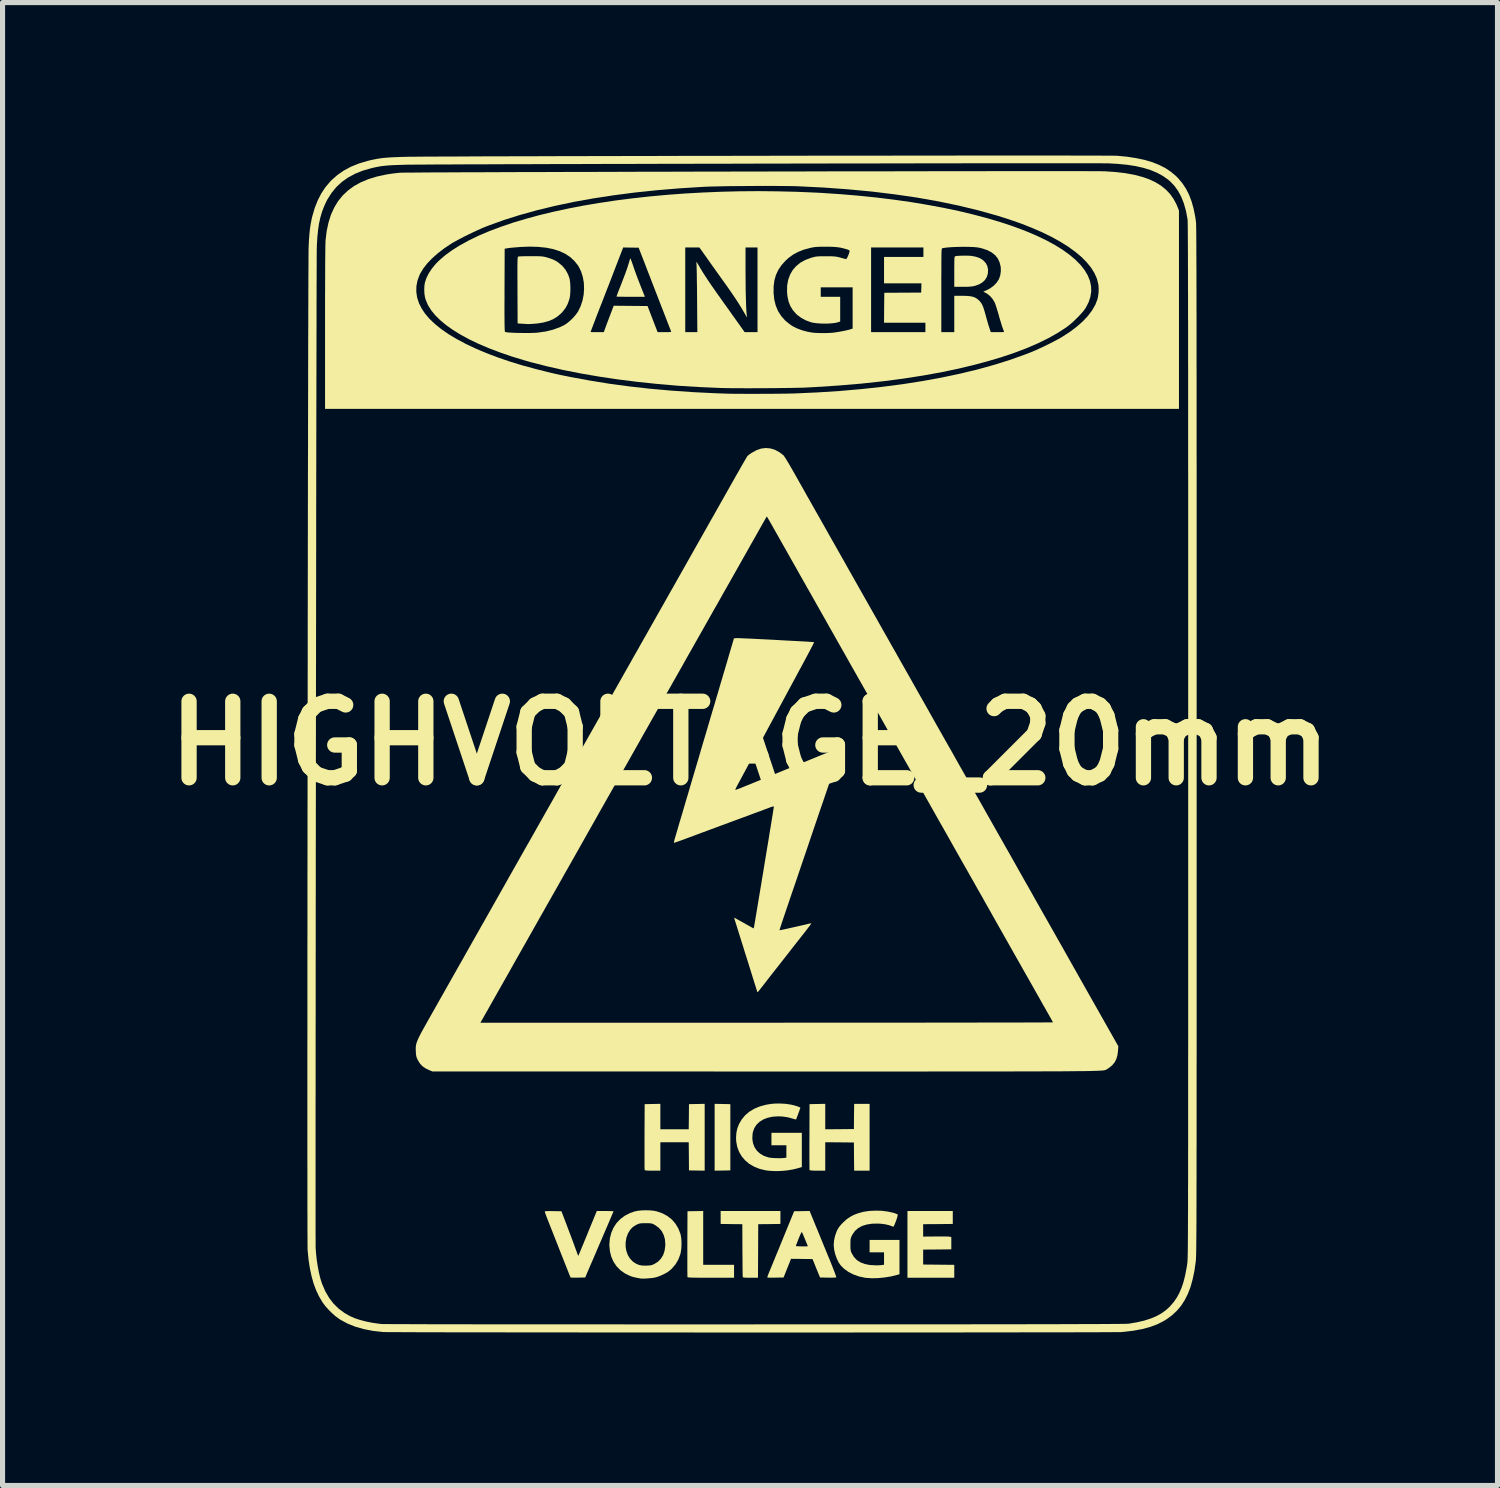
<source format=kicad_pcb>
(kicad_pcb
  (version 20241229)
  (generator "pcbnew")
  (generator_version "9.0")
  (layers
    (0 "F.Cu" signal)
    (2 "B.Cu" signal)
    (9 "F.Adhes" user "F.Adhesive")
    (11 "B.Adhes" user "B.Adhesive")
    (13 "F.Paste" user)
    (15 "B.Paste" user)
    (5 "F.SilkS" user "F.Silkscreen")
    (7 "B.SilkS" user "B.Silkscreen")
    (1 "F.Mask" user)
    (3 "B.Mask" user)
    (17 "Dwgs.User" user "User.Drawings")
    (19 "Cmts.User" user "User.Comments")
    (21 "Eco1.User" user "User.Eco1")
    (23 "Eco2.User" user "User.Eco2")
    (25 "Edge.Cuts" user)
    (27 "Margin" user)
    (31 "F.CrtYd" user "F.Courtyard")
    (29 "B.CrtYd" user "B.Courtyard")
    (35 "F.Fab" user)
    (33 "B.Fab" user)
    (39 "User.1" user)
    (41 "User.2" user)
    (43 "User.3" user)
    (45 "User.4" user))
  (footprint "HIGHVOLTAGE_20mm"
    (layer "F.Cu")
    (at 11.657 11.523)
    (property "Reference" "HIGHVOLTAGE_20mm" (at 0 0 0) (layer "F.SilkS") (effects (font (size 1.5 1.5) (thickness 0.3))))
    (attr board_only exclude_from_pos_files exclude_from_bom)
    (fp_poly (pts (xy -0.54 7.075) (xy -0.386 7.078) (xy -0.386 7.727) (xy -0.386 8.377) (xy -0.54 8.38) (xy -0.694 8.382) (xy -0.694 7.727) (xy -0.694 7.072)) (stroke (width 0) (type solid)) (fill yes) (layer "F.SilkS"))
    (fp_poly (pts (xy 0.596 9.3) (xy 0.596 9.427) (xy 0.379 9.43) (xy 0.161 9.432) (xy 0.159 9.957) (xy 0.156 10.482) (xy 0.009 10.482) (xy -0.052 10.482) (xy -0.096 10.48) (xy -0.124 10.478) (xy -0.139 10.473) (xy -0.142 10.47) (xy -0.143 10.458) (xy -0.144 10.429) (xy -0.145 10.383) (xy -0.146 10.324) (xy -0.147 10.253) (xy -0.147 10.171) (xy -0.148 10.081) (xy -0.149 9.985) (xy -0.149 9.945) (xy -0.151 9.432) (xy -0.364 9.43) (xy -0.576 9.427) (xy -0.576 9.3) (xy -0.576 9.173) (xy 0.01 9.173) (xy 0.596 9.173)) (stroke (width 0) (type solid)) (fill yes) (layer "F.SilkS"))
    (fp_poly (pts (xy -0.918 9.701) (xy -0.918 10.228) (xy -0.615 10.228) (xy -0.313 10.228) (xy -0.313 10.355) (xy -0.313 10.482) (xy -0.767 10.482) (xy -0.878 10.482) (xy -0.971 10.482) (xy -1.047 10.481) (xy -1.108 10.48) (xy -1.154 10.479) (xy -1.188 10.477) (xy -1.21 10.475) (xy -1.223 10.473) (xy -1.226 10.47) (xy -1.227 10.459) (xy -1.228 10.429) (xy -1.228 10.383) (xy -1.229 10.323) (xy -1.229 10.25) (xy -1.229 10.165) (xy -1.229 10.071) (xy -1.229 9.969) (xy -1.229 9.861) (xy -1.229 9.818) (xy -1.226 9.178) (xy -1.072 9.176) (xy -0.918 9.173)) (stroke (width 0) (type solid)) (fill yes) (layer "F.SilkS"))
    (fp_poly (pts (xy 3.976 9.3) (xy 3.976 9.427) (xy 3.685 9.43) (xy 3.395 9.432) (xy 3.395 9.554) (xy 3.395 9.675) (xy 3.635 9.673) (xy 3.703 9.672) (xy 3.767 9.672) (xy 3.824 9.673) (xy 3.869 9.674) (xy 3.9 9.675) (xy 3.911 9.677) (xy 3.947 9.683) (xy 3.947 9.804) (xy 3.947 9.925) (xy 3.671 9.928) (xy 3.395 9.93) (xy 3.395 10.077) (xy 3.395 10.223) (xy 3.7 10.226) (xy 4.005 10.229) (xy 4.005 10.356) (xy 4.005 10.482) (xy 3.546 10.482) (xy 3.087 10.482) (xy 3.087 9.828) (xy 3.087 9.173) (xy 3.532 9.173) (xy 3.976 9.173)) (stroke (width 0) (type solid)) (fill yes) (layer "F.SilkS"))
    (fp_poly (pts (xy -0.889 7.727) (xy -0.889 8.382) (xy -1.043 8.38) (xy -1.197 8.377) (xy -1.199 8.101) (xy -1.202 7.825) (xy -1.48 7.825) (xy -1.758 7.825) (xy -1.758 8.104) (xy -1.758 8.382) (xy -1.91 8.382) (xy -1.973 8.382) (xy -2.017 8.38) (xy -2.047 8.377) (xy -2.062 8.373) (xy -2.067 8.37) (xy -2.067 8.358) (xy -2.068 8.329) (xy -2.069 8.283) (xy -2.069 8.223) (xy -2.069 8.149) (xy -2.069 8.065) (xy -2.069 7.971) (xy -2.069 7.869) (xy -2.069 7.761) (xy -2.069 7.718) (xy -2.066 7.078) (xy -1.912 7.075) (xy -1.758 7.072) (xy -1.758 7.322) (xy -1.758 7.571) (xy -1.48 7.571) (xy -1.202 7.571) (xy -1.199 7.324) (xy -1.197 7.078) (xy -1.043 7.075) (xy -0.889 7.072)) (stroke (width 0) (type solid)) (fill yes) (layer "F.SilkS"))
    (fp_poly (pts (xy 1.475 7.322) (xy 1.475 7.571) (xy 1.756 7.569) (xy 2.037 7.566) (xy 2.039 7.32) (xy 2.042 7.073) (xy 2.193 7.073) (xy 2.345 7.073) (xy 2.345 7.727) (xy 2.345 8.382) (xy 2.193 8.382) (xy 2.042 8.382) (xy 2.039 8.106) (xy 2.037 7.83) (xy 1.756 7.827) (xy 1.475 7.825) (xy 1.475 8.103) (xy 1.475 8.382) (xy 1.323 8.382) (xy 1.261 8.382) (xy 1.216 8.38) (xy 1.187 8.377) (xy 1.171 8.373) (xy 1.167 8.37) (xy 1.166 8.358) (xy 1.166 8.329) (xy 1.165 8.283) (xy 1.165 8.223) (xy 1.164 8.149) (xy 1.164 8.065) (xy 1.164 7.971) (xy 1.164 7.869) (xy 1.165 7.761) (xy 1.165 7.718) (xy 1.167 7.078) (xy 1.321 7.075) (xy 1.475 7.072)) (stroke (width 0) (type solid)) (fill yes) (layer "F.SilkS"))
    (fp_poly (pts (xy 4.256 -9.56) (xy 4.306 -9.558) (xy 4.341 -9.555) (xy 4.422 -9.54) (xy 4.488 -9.519) (xy 4.543 -9.49) (xy 4.576 -9.465) (xy 4.623 -9.414) (xy 4.653 -9.357) (xy 4.667 -9.291) (xy 4.667 -9.286) (xy 4.664 -9.211) (xy 4.644 -9.143) (xy 4.607 -9.083) (xy 4.554 -9.033) (xy 4.485 -8.994) (xy 4.41 -8.968) (xy 4.375 -8.96) (xy 4.338 -8.955) (xy 4.296 -8.951) (xy 4.243 -8.949) (xy 4.175 -8.949) (xy 4.17 -8.949) (xy 4.005 -8.949) (xy 4.005 -9.246) (xy 4.005 -9.33) (xy 4.006 -9.397) (xy 4.006 -9.448) (xy 4.007 -9.487) (xy 4.009 -9.513) (xy 4.011 -9.531) (xy 4.015 -9.541) (xy 4.019 -9.546) (xy 4.022 -9.548) (xy 4.05 -9.553) (xy 4.093 -9.557) (xy 4.144 -9.559) (xy 4.201 -9.56)) (stroke (width 0) (type solid)) (fill yes) (layer "F.SilkS"))
    (fp_poly (pts (xy -2.341 -9.496) (xy -2.331 -9.472) (xy -2.317 -9.435) (xy -2.301 -9.388) (xy -2.285 -9.342) (xy -2.263 -9.277) (xy -2.236 -9.202) (xy -2.206 -9.122) (xy -2.176 -9.044) (xy -2.154 -8.988) (xy -2.131 -8.929) (xy -2.11 -8.876) (xy -2.092 -8.831) (xy -2.079 -8.797) (xy -2.071 -8.778) (xy -2.07 -8.775) (xy -2.062 -8.753) (xy -2.34 -8.753) (xy -2.411 -8.753) (xy -2.476 -8.754) (xy -2.531 -8.754) (xy -2.575 -8.755) (xy -2.605 -8.756) (xy -2.618 -8.757) (xy -2.618 -8.757) (xy -2.615 -8.768) (xy -2.607 -8.791) (xy -2.595 -8.823) (xy -2.583 -8.856) (xy -2.571 -8.887) (xy -2.562 -8.909) (xy -2.56 -8.914) (xy -2.552 -8.933) (xy -2.54 -8.964) (xy -2.527 -8.997) (xy -2.512 -9.036) (xy -2.494 -9.084) (xy -2.474 -9.134) (xy -2.467 -9.154) (xy -2.447 -9.206) (xy -2.426 -9.265) (xy -2.405 -9.325) (xy -2.387 -9.382) (xy -2.372 -9.43) (xy -2.361 -9.467) (xy -2.36 -9.474) (xy -2.353 -9.495) (xy -2.347 -9.505) (xy -2.346 -9.505)) (stroke (width 0) (type solid)) (fill yes) (layer "F.SilkS"))
    (fp_poly (pts (xy -4.224 -9.549) (xy -4.166 -9.549) (xy -4.121 -9.548) (xy -4.086 -9.545) (xy -4.057 -9.542) (xy -4.031 -9.537) (xy -4.005 -9.531) (xy -3.986 -9.526) (xy -3.921 -9.506) (xy -3.87 -9.487) (xy -3.826 -9.467) (xy -3.783 -9.442) (xy -3.763 -9.428) (xy -3.684 -9.363) (xy -3.619 -9.285) (xy -3.569 -9.195) (xy -3.54 -9.115) (xy -3.531 -9.066) (xy -3.525 -9.003) (xy -3.522 -8.933) (xy -3.523 -8.861) (xy -3.527 -8.794) (xy -3.535 -8.737) (xy -3.54 -8.714) (xy -3.573 -8.618) (xy -3.616 -8.535) (xy -3.674 -8.461) (xy -3.701 -8.431) (xy -3.776 -8.367) (xy -3.857 -8.316) (xy -3.949 -8.277) (xy -4.052 -8.249) (xy -4.17 -8.23) (xy -4.22 -8.226) (xy -4.268 -8.222) (xy -4.31 -8.22) (xy -4.341 -8.218) (xy -4.357 -8.218) (xy -4.357 -8.218) (xy -4.373 -8.219) (xy -4.403 -8.221) (xy -4.442 -8.224) (xy -4.465 -8.225) (xy -4.557 -8.231) (xy -4.56 -8.883) (xy -4.56 -9.012) (xy -4.561 -9.123) (xy -4.561 -9.217) (xy -4.561 -9.296) (xy -4.561 -9.361) (xy -4.56 -9.413) (xy -4.559 -9.454) (xy -4.558 -9.485) (xy -4.556 -9.508) (xy -4.555 -9.523) (xy -4.552 -9.533) (xy -4.55 -9.539) (xy -4.546 -9.542) (xy -4.545 -9.542) (xy -4.531 -9.544) (xy -4.5 -9.546) (xy -4.455 -9.548) (xy -4.4 -9.549) (xy -4.338 -9.549) (xy -4.298 -9.549)) (stroke (width 0) (type solid)) (fill yes) (layer "F.SilkS"))
    (fp_poly (pts (xy 1.294 9.478) (xy 1.33 9.565) (xy 1.371 9.665) (xy 1.415 9.773) (xy 1.46 9.883) (xy 1.504 9.99) (xy 1.545 10.09) (xy 1.56 10.125) (xy 1.591 10.202) (xy 1.619 10.273) (xy 1.644 10.337) (xy 1.665 10.391) (xy 1.68 10.433) (xy 1.689 10.462) (xy 1.692 10.474) (xy 1.692 10.475) (xy 1.68 10.477) (xy 1.652 10.479) (xy 1.611 10.48) (xy 1.561 10.481) (xy 1.528 10.48) (xy 1.373 10.477) (xy 1.299 10.297) (xy 1.226 10.116) (xy 1.015 10.113) (xy 0.804 10.111) (xy 0.731 10.294) (xy 0.658 10.477) (xy 0.502 10.48) (xy 0.449 10.481) (xy 0.402 10.481) (xy 0.367 10.48) (xy 0.345 10.478) (xy 0.34 10.477) (xy 0.341 10.466) (xy 0.348 10.441) (xy 0.361 10.408) (xy 0.368 10.391) (xy 0.377 10.368) (xy 0.394 10.328) (xy 0.416 10.274) (xy 0.443 10.208) (xy 0.475 10.131) (xy 0.51 10.044) (xy 0.549 9.951) (xy 0.586 9.86) (xy 0.899 9.86) (xy 0.908 9.862) (xy 0.932 9.864) (xy 0.966 9.866) (xy 1.006 9.867) (xy 1.047 9.867) (xy 1.085 9.867) (xy 1.114 9.866) (xy 1.131 9.864) (xy 1.133 9.863) (xy 1.13 9.853) (xy 1.12 9.829) (xy 1.106 9.794) (xy 1.089 9.753) (xy 1.071 9.71) (xy 1.053 9.668) (xy 1.038 9.631) (xy 1.026 9.604) (xy 1.019 9.589) (xy 1.019 9.589) (xy 1.013 9.588) (xy 1.003 9.602) (xy 0.989 9.631) (xy 0.969 9.677) (xy 0.954 9.713) (xy 0.935 9.762) (xy 0.919 9.804) (xy 0.906 9.836) (xy 0.9 9.856) (xy 0.899 9.86) (xy 0.586 9.86) (xy 0.589 9.852) (xy 0.631 9.75) (xy 0.633 9.745) (xy 0.865 9.178) (xy 1.017 9.176) (xy 1.169 9.173)) (stroke (width 0) (type solid)) (fill yes) (layer "F.SilkS"))
    (fp_poly (pts (xy -2.786 9.174) (xy -2.74 9.175) (xy -2.704 9.176) (xy -2.682 9.178) (xy -2.677 9.179) (xy -2.681 9.189) (xy -2.691 9.215) (xy -2.709 9.256) (xy -2.732 9.311) (xy -2.76 9.377) (xy -2.793 9.454) (xy -2.83 9.54) (xy -2.87 9.633) (xy -2.912 9.732) (xy -2.928 9.768) (xy -2.972 9.871) (xy -3.014 9.969) (xy -3.054 10.063) (xy -3.091 10.149) (xy -3.125 10.226) (xy -3.153 10.292) (xy -3.176 10.346) (xy -3.194 10.386) (xy -3.204 10.411) (xy -3.205 10.414) (xy -3.232 10.477) (xy -3.374 10.48) (xy -3.424 10.481) (xy -3.468 10.48) (xy -3.5 10.479) (xy -3.518 10.476) (xy -3.52 10.475) (xy -3.525 10.465) (xy -3.535 10.438) (xy -3.552 10.397) (xy -3.573 10.343) (xy -3.599 10.278) (xy -3.629 10.203) (xy -3.661 10.122) (xy -3.695 10.035) (xy -3.696 10.033) (xy -3.734 9.937) (xy -3.772 9.839) (xy -3.81 9.743) (xy -3.847 9.65) (xy -3.88 9.565) (xy -3.91 9.491) (xy -3.934 9.429) (xy -3.946 9.399) (xy -3.969 9.34) (xy -3.99 9.287) (xy -4.006 9.242) (xy -4.018 9.209) (xy -4.024 9.19) (xy -4.025 9.187) (xy -4.022 9.181) (xy -4.011 9.178) (xy -3.991 9.176) (xy -3.957 9.175) (xy -3.909 9.175) (xy -3.861 9.176) (xy -3.698 9.178) (xy -3.597 9.442) (xy -3.568 9.52) (xy -3.537 9.602) (xy -3.506 9.683) (xy -3.478 9.759) (xy -3.454 9.824) (xy -3.438 9.867) (xy -3.419 9.92) (xy -3.401 9.968) (xy -3.387 10.007) (xy -3.377 10.033) (xy -3.374 10.043) (xy -3.373 10.047) (xy -3.372 10.05) (xy -3.37 10.051) (xy -3.368 10.049) (xy -3.364 10.042) (xy -3.357 10.029) (xy -3.348 10.009) (xy -3.336 9.979) (xy -3.319 9.94) (xy -3.298 9.888) (xy -3.271 9.824) (xy -3.239 9.745) (xy -3.2 9.651) (xy -3.17 9.576) (xy -3.004 9.173) (xy -2.841 9.173)) (stroke (width 0) (type solid)) (fill yes) (layer "F.SilkS"))
    (fp_poly (pts (xy 0.602 7.066) (xy 0.701 7.072) (xy 0.791 7.085) (xy 0.806 7.088) (xy 0.851 7.098) (xy 0.895 7.111) (xy 0.934 7.123) (xy 0.965 7.135) (xy 0.983 7.145) (xy 0.987 7.149) (xy 0.983 7.161) (xy 0.975 7.186) (xy 0.963 7.22) (xy 0.948 7.259) (xy 0.934 7.299) (xy 0.92 7.335) (xy 0.91 7.362) (xy 0.904 7.376) (xy 0.903 7.376) (xy 0.893 7.377) (xy 0.869 7.372) (xy 0.836 7.362) (xy 0.833 7.361) (xy 0.738 7.335) (xy 0.638 7.321) (xy 0.552 7.317) (xy 0.444 7.324) (xy 0.347 7.345) (xy 0.261 7.378) (xy 0.188 7.423) (xy 0.129 7.479) (xy 0.085 7.546) (xy 0.057 7.623) (xy 0.05 7.661) (xy 0.045 7.755) (xy 0.058 7.842) (xy 0.088 7.921) (xy 0.133 7.989) (xy 0.194 8.046) (xy 0.269 8.091) (xy 0.357 8.121) (xy 0.364 8.123) (xy 0.4 8.129) (xy 0.45 8.134) (xy 0.507 8.137) (xy 0.565 8.138) (xy 0.619 8.137) (xy 0.663 8.134) (xy 0.683 8.132) (xy 0.713 8.126) (xy 0.713 8.005) (xy 0.713 7.884) (xy 0.567 7.884) (xy 0.42 7.884) (xy 0.42 7.762) (xy 0.42 7.64) (xy 0.718 7.64) (xy 1.016 7.64) (xy 1.016 7.976) (xy 1.016 8.312) (xy 0.965 8.327) (xy 0.91 8.342) (xy 0.865 8.353) (xy 0.822 8.362) (xy 0.773 8.37) (xy 0.731 8.377) (xy 0.652 8.385) (xy 0.565 8.39) (xy 0.476 8.39) (xy 0.392 8.386) (xy 0.32 8.378) (xy 0.308 8.376) (xy 0.188 8.347) (xy 0.08 8.304) (xy -0.016 8.248) (xy -0.097 8.179) (xy -0.164 8.1) (xy -0.216 8.011) (xy -0.252 7.912) (xy -0.271 7.805) (xy -0.274 7.742) (xy -0.268 7.643) (xy -0.249 7.554) (xy -0.217 7.47) (xy -0.168 7.386) (xy -0.162 7.377) (xy -0.095 7.296) (xy -0.013 7.226) (xy 0.083 7.168) (xy 0.194 7.122) (xy 0.317 7.089) (xy 0.414 7.073) (xy 0.504 7.066)) (stroke (width 0) (type solid)) (fill yes) (layer "F.SilkS"))
    (fp_poly (pts (xy 2.583 9.169) (xy 2.7 9.184) (xy 2.809 9.208) (xy 2.838 9.217) (xy 2.867 9.228) (xy 2.889 9.238) (xy 2.896 9.242) (xy 2.896 9.255) (xy 2.89 9.283) (xy 2.878 9.323) (xy 2.862 9.369) (xy 2.843 9.419) (xy 2.829 9.452) (xy 2.819 9.472) (xy 2.81 9.48) (xy 2.804 9.48) (xy 2.731 9.453) (xy 2.657 9.435) (xy 2.576 9.424) (xy 2.516 9.42) (xy 2.396 9.422) (xy 2.29 9.438) (xy 2.199 9.466) (xy 2.121 9.509) (xy 2.058 9.564) (xy 2.009 9.633) (xy 2 9.651) (xy 1.987 9.679) (xy 1.978 9.702) (xy 1.972 9.726) (xy 1.97 9.755) (xy 1.969 9.795) (xy 1.969 9.833) (xy 1.969 9.884) (xy 1.971 9.922) (xy 1.975 9.95) (xy 1.982 9.974) (xy 1.992 9.998) (xy 1.995 10.004) (xy 2.039 10.076) (xy 2.096 10.136) (xy 2.167 10.181) (xy 2.251 10.213) (xy 2.35 10.232) (xy 2.457 10.238) (xy 2.505 10.238) (xy 2.548 10.236) (xy 2.582 10.234) (xy 2.597 10.232) (xy 2.628 10.226) (xy 2.628 10.105) (xy 2.628 9.984) (xy 2.486 9.984) (xy 2.345 9.984) (xy 2.345 9.862) (xy 2.345 9.74) (xy 2.638 9.74) (xy 2.931 9.74) (xy 2.931 10.077) (xy 2.931 10.413) (xy 2.879 10.428) (xy 2.76 10.457) (xy 2.635 10.477) (xy 2.51 10.489) (xy 2.39 10.492) (xy 2.281 10.485) (xy 2.255 10.482) (xy 2.138 10.457) (xy 2.028 10.418) (xy 1.93 10.368) (xy 1.844 10.306) (xy 1.783 10.246) (xy 1.739 10.184) (xy 1.702 10.108) (xy 1.672 10.025) (xy 1.651 9.939) (xy 1.642 9.855) (xy 1.641 9.838) (xy 1.648 9.752) (xy 1.667 9.662) (xy 1.697 9.577) (xy 1.707 9.554) (xy 1.73 9.512) (xy 1.757 9.474) (xy 1.793 9.432) (xy 1.826 9.398) (xy 1.893 9.337) (xy 1.962 9.289) (xy 2.037 9.249) (xy 2.121 9.217) (xy 2.225 9.189) (xy 2.34 9.172) (xy 2.461 9.166)) (stroke (width 0) (type solid)) (fill yes) (layer "F.SilkS"))
    (fp_poly (pts (xy -1.959 9.161) (xy -1.884 9.169) (xy -1.826 9.181) (xy -1.715 9.22) (xy -1.617 9.274) (xy -1.532 9.341) (xy -1.462 9.422) (xy -1.406 9.515) (xy -1.365 9.62) (xy -1.362 9.633) (xy -1.35 9.694) (xy -1.344 9.768) (xy -1.344 9.847) (xy -1.349 9.925) (xy -1.36 9.994) (xy -1.366 10.019) (xy -1.405 10.124) (xy -1.461 10.219) (xy -1.533 10.303) (xy -1.579 10.344) (xy -1.627 10.378) (xy -1.688 10.411) (xy -1.755 10.442) (xy -1.82 10.466) (xy -1.864 10.478) (xy -1.903 10.485) (xy -1.952 10.49) (xy -2.005 10.495) (xy -2.058 10.498) (xy -2.105 10.499) (xy -2.14 10.497) (xy -2.149 10.496) (xy -2.209 10.485) (xy -2.253 10.476) (xy -2.288 10.468) (xy -2.318 10.459) (xy -2.348 10.448) (xy -2.354 10.446) (xy -2.455 10.396) (xy -2.543 10.333) (xy -2.617 10.257) (xy -2.676 10.169) (xy -2.72 10.071) (xy -2.747 9.964) (xy -2.758 9.849) (xy -2.758 9.828) (xy -2.755 9.788) (xy -2.439 9.788) (xy -2.439 9.874) (xy -2.425 9.957) (xy -2.397 10.035) (xy -2.355 10.104) (xy -2.302 10.161) (xy -2.276 10.181) (xy -2.224 10.212) (xy -2.173 10.232) (xy -2.119 10.242) (xy -2.053 10.245) (xy -2.03 10.244) (xy -1.982 10.242) (xy -1.947 10.238) (xy -1.917 10.23) (xy -1.887 10.217) (xy -1.872 10.21) (xy -1.802 10.165) (xy -1.746 10.107) (xy -1.703 10.036) (xy -1.675 9.952) (xy -1.662 9.858) (xy -1.661 9.822) (xy -1.669 9.726) (xy -1.694 9.64) (xy -1.734 9.564) (xy -1.79 9.501) (xy -1.862 9.449) (xy -1.878 9.44) (xy -1.901 9.428) (xy -1.922 9.42) (xy -1.946 9.416) (xy -1.977 9.413) (xy -2.02 9.413) (xy -2.047 9.413) (xy -2.097 9.413) (xy -2.134 9.414) (xy -2.161 9.418) (xy -2.184 9.424) (xy -2.208 9.435) (xy -2.229 9.444) (xy -2.295 9.485) (xy -2.347 9.538) (xy -2.389 9.606) (xy -2.395 9.617) (xy -2.425 9.701) (xy -2.439 9.788) (xy -2.755 9.788) (xy -2.748 9.709) (xy -2.72 9.599) (xy -2.676 9.499) (xy -2.617 9.409) (xy -2.542 9.331) (xy -2.454 9.265) (xy -2.352 9.213) (xy -2.259 9.181) (xy -2.197 9.169) (xy -2.121 9.161) (xy -2.04 9.159)) (stroke (width 0) (type solid)) (fill yes) (layer "F.SilkS"))
    (fp_poly (pts (xy 5.991 -11.217) (xy 6.159 -11.217) (xy 6.312 -11.217) (xy 6.45 -11.217) (xy 6.574 -11.217) (xy 6.681 -11.216) (xy 6.773 -11.216) (xy 6.847 -11.216) (xy 6.904 -11.215) (xy 6.942 -11.215) (xy 6.961 -11.214) (xy 7.167 -11.2) (xy 7.355 -11.178) (xy 7.527 -11.147) (xy 7.682 -11.107) (xy 7.822 -11.059) (xy 7.947 -11.001) (xy 8.057 -10.934) (xy 8.153 -10.857) (xy 8.236 -10.77) (xy 8.305 -10.672) (xy 8.363 -10.564) (xy 8.381 -10.52) (xy 8.411 -10.445) (xy 8.411 -8.5) (xy 8.411 -6.555) (xy 0.039 -6.555) (xy -8.333 -6.555) (xy -8.333 -8.147) (xy -8.333 -8.385) (xy -8.333 -8.607) (xy -8.333 -8.812) (xy -8.332 -8.849) (xy -6.544 -8.849) (xy -6.527 -8.737) (xy -6.491 -8.626) (xy -6.435 -8.517) (xy -6.375 -8.427) (xy -6.287 -8.323) (xy -6.179 -8.22) (xy -6.054 -8.119) (xy -5.911 -8.02) (xy -5.75 -7.924) (xy -5.574 -7.83) (xy -5.382 -7.739) (xy -5.175 -7.651) (xy -4.953 -7.567) (xy -4.718 -7.486) (xy -4.47 -7.41) (xy -4.209 -7.339) (xy -4.127 -7.318) (xy -4.035 -7.295) (xy -3.958 -7.276) (xy -3.892 -7.26) (xy -3.833 -7.246) (xy -3.779 -7.234) (xy -3.724 -7.222) (xy -3.666 -7.21) (xy -3.6 -7.197) (xy -3.522 -7.181) (xy -3.518 -7.18) (xy -3.143 -7.111) (xy -2.76 -7.049) (xy -2.368 -6.996) (xy -1.966 -6.951) (xy -1.552 -6.914) (xy -1.124 -6.884) (xy -0.68 -6.862) (xy -0.484 -6.855) (xy -0.429 -6.853) (xy -0.357 -6.852) (xy -0.271 -6.851) (xy -0.174 -6.851) (xy -0.068 -6.85) (xy 0.045 -6.85) (xy 0.161 -6.85) (xy 0.278 -6.851) (xy 0.393 -6.851) (xy 0.504 -6.852) (xy 0.608 -6.853) (xy 0.702 -6.854) (xy 0.783 -6.856) (xy 0.85 -6.857) (xy 0.874 -6.858) (xy 1.32 -6.878) (xy 1.756 -6.906) (xy 2.181 -6.943) (xy 2.594 -6.988) (xy 2.994 -7.04) (xy 3.382 -7.101) (xy 3.756 -7.169) (xy 4.115 -7.245) (xy 4.46 -7.328) (xy 4.788 -7.419) (xy 5.1 -7.517) (xy 5.394 -7.622) (xy 5.52 -7.671) (xy 5.591 -7.701) (xy 5.673 -7.738) (xy 5.761 -7.779) (xy 5.851 -7.823) (xy 5.938 -7.867) (xy 6.018 -7.909) (xy 6.088 -7.948) (xy 6.12 -7.967) (xy 6.273 -8.066) (xy 6.409 -8.169) (xy 6.527 -8.273) (xy 6.627 -8.38) (xy 6.708 -8.488) (xy 6.771 -8.598) (xy 6.811 -8.7) (xy 6.825 -8.761) (xy 6.834 -8.833) (xy 6.837 -8.908) (xy 6.833 -8.977) (xy 6.829 -9.003) (xy 6.801 -9.112) (xy 6.753 -9.219) (xy 6.686 -9.326) (xy 6.601 -9.431) (xy 6.498 -9.535) (xy 6.377 -9.636) (xy 6.239 -9.736) (xy 6.084 -9.833) (xy 5.913 -9.928) (xy 5.725 -10.02) (xy 5.521 -10.108) (xy 5.302 -10.194) (xy 5.067 -10.275) (xy 4.843 -10.346) (xy 4.477 -10.448) (xy 4.094 -10.541) (xy 3.694 -10.624) (xy 3.278 -10.698) (xy 2.845 -10.761) (xy 2.397 -10.816) (xy 1.932 -10.86) (xy 1.452 -10.895) (xy 0.972 -10.919) (xy 0.898 -10.922) (xy 0.807 -10.924) (xy 0.702 -10.925) (xy 0.584 -10.926) (xy 0.457 -10.927) (xy 0.322 -10.927) (xy 0.182 -10.927) (xy 0.04 -10.926) (xy -0.102 -10.925) (xy -0.243 -10.924) (xy -0.379 -10.923) (xy -0.507 -10.921) (xy -0.627 -10.918) (xy -0.735 -10.916) (xy -0.828 -10.913) (xy -0.906 -10.91) (xy -0.923 -10.909) (xy -1.382 -10.88) (xy -1.826 -10.843) (xy -2.256 -10.798) (xy -2.672 -10.744) (xy -3.071 -10.683) (xy -3.456 -10.614) (xy -3.824 -10.536) (xy -4.175 -10.451) (xy -4.51 -10.358) (xy -4.828 -10.258) (xy -5.128 -10.149) (xy -5.188 -10.126) (xy -5.259 -10.097) (xy -5.339 -10.061) (xy -5.427 -10.02) (xy -5.517 -9.977) (xy -5.606 -9.933) (xy -5.69 -9.889) (xy -5.766 -9.848) (xy -5.831 -9.812) (xy -5.865 -9.791) (xy -6.002 -9.699) (xy -6.125 -9.604) (xy -6.234 -9.507) (xy -6.328 -9.409) (xy -6.404 -9.312) (xy -6.463 -9.216) (xy -6.479 -9.184) (xy -6.52 -9.073) (xy -6.542 -8.961) (xy -6.544 -8.849) (xy -8.332 -8.849) (xy -8.332 -8.999) (xy -8.331 -9.169) (xy -8.331 -9.321) (xy -8.33 -9.455) (xy -8.329 -9.571) (xy -8.328 -9.669) (xy -8.327 -9.748) (xy -8.325 -9.808) (xy -8.324 -9.849) (xy -8.323 -9.864) (xy -8.301 -10.044) (xy -8.265 -10.211) (xy -8.217 -10.363) (xy -8.154 -10.502) (xy -8.078 -10.628) (xy -7.987 -10.74) (xy -7.882 -10.839) (xy -7.763 -10.926) (xy -7.628 -11) (xy -7.479 -11.062) (xy -7.314 -11.112) (xy -7.133 -11.151) (xy -7.073 -11.161) (xy -7.016 -11.169) (xy -6.95 -11.177) (xy -6.886 -11.184) (xy -6.863 -11.186) (xy -6.847 -11.187) (xy -6.812 -11.187) (xy -6.759 -11.188) (xy -6.688 -11.189) (xy -6.6 -11.189) (xy -6.495 -11.19) (xy -6.374 -11.191) (xy -6.239 -11.192) (xy -6.088 -11.192) (xy -5.924 -11.193) (xy -5.746 -11.194) (xy -5.555 -11.195) (xy -5.352 -11.195) (xy -5.137 -11.196) (xy -4.912 -11.197) (xy -4.676 -11.198) (xy -4.43 -11.199) (xy -4.175 -11.199) (xy -3.911 -11.2) (xy -3.64 -11.201) (xy -3.361 -11.202) (xy -3.075 -11.202) (xy -2.783 -11.203) (xy -2.486 -11.204) (xy -2.183 -11.205) (xy -1.877 -11.205) (xy -1.566 -11.206) (xy -1.253 -11.207) (xy -0.937 -11.208) (xy -0.619 -11.208) (xy -0.3 -11.209) (xy 0.02 -11.21) (xy 0.34 -11.21) (xy 0.659 -11.211) (xy 0.977 -11.211) (xy 1.293 -11.212) (xy 1.607 -11.213) (xy 1.918 -11.213) (xy 2.226 -11.214) (xy 2.529 -11.214) (xy 2.827 -11.214) (xy 3.12 -11.215) (xy 3.407 -11.215) (xy 3.687 -11.216) (xy 3.961 -11.216) (xy 4.226 -11.216) (xy 4.482 -11.216) (xy 4.73 -11.217) (xy 4.968 -11.217) (xy 5.196 -11.217) (xy 5.413 -11.217) (xy 5.618 -11.217) (xy 5.811 -11.217)) (stroke (width 0) (type solid)) (fill yes) (layer "F.SilkS"))
    (fp_poly (pts (xy -0.233 -2.06) (xy -0.202 -2.059) (xy -0.161 -2.057) (xy -0.108 -2.055) (xy -0.044 -2.052) (xy 0.033 -2.049) (xy 0.124 -2.044) (xy 0.229 -2.039) (xy 0.349 -2.033) (xy 0.486 -2.026) (xy 0.639 -2.017) (xy 0.811 -2.008) (xy 1 -1.998) (xy 1.068 -1.994) (xy 1.129 -1.991) (xy 1.182 -1.987) (xy 1.222 -1.984) (xy 1.248 -1.982) (xy 1.257 -1.98) (xy 1.253 -1.971) (xy 1.241 -1.946) (xy 1.222 -1.908) (xy 1.196 -1.858) (xy 1.164 -1.797) (xy 1.128 -1.729) (xy 1.088 -1.654) (xy 1.061 -1.604) (xy 1.013 -1.514) (xy 0.957 -1.411) (xy 0.897 -1.299) (xy 0.834 -1.182) (xy 0.77 -1.064) (xy 0.708 -0.949) (xy 0.65 -0.841) (xy 0.622 -0.789) (xy 0.52 -0.6) (xy 0.427 -0.427) (xy 0.342 -0.27) (xy 0.266 -0.128) (xy 0.197 -0.001) (xy 0.136 0.112) (xy 0.082 0.212) (xy 0.036 0.299) (xy -0.005 0.374) (xy -0.039 0.437) (xy -0.067 0.49) (xy -0.09 0.532) (xy -0.107 0.565) (xy -0.12 0.588) (xy -0.127 0.601) (xy -0.146 0.636) (xy -0.171 0.683) (xy -0.199 0.735) (xy -0.227 0.786) (xy -0.229 0.79) (xy -0.252 0.833) (xy -0.271 0.871) (xy -0.284 0.899) (xy -0.289 0.914) (xy -0.289 0.916) (xy -0.285 0.916) (xy -0.273 0.912) (xy -0.253 0.905) (xy -0.223 0.894) (xy -0.183 0.879) (xy -0.132 0.858) (xy -0.068 0.832) (xy 0.01 0.801) (xy 0.102 0.763) (xy 0.21 0.719) (xy 0.335 0.668) (xy 0.357 0.659) (xy 0.423 0.631) (xy 0.503 0.599) (xy 0.592 0.562) (xy 0.687 0.523) (xy 0.785 0.484) (xy 0.881 0.444) (xy 0.974 0.406) (xy 1.058 0.372) (xy 1.132 0.342) (xy 1.191 0.318) (xy 1.192 0.318) (xy 1.267 0.287) (xy 1.34 0.257) (xy 1.414 0.227) (xy 1.495 0.194) (xy 1.587 0.156) (xy 1.668 0.123) (xy 1.71 0.106) (xy 1.746 0.091) (xy 1.772 0.082) (xy 1.783 0.078) (xy 1.783 0.078) (xy 1.786 0.079) (xy 1.787 0.082) (xy 1.786 0.09) (xy 1.783 0.103) (xy 1.777 0.123) (xy 1.769 0.151) (xy 1.756 0.19) (xy 1.74 0.239) (xy 1.719 0.301) (xy 1.693 0.377) (xy 1.662 0.469) (xy 1.625 0.577) (xy 1.622 0.586) (xy 1.578 0.716) (xy 1.532 0.851) (xy 1.484 0.992) (xy 1.433 1.142) (xy 1.378 1.301) (xy 1.32 1.472) (xy 1.258 1.654) (xy 1.192 1.849) (xy 1.121 2.059) (xy 1.044 2.285) (xy 0.967 2.511) (xy 0.931 2.618) (xy 0.892 2.733) (xy 0.852 2.85) (xy 0.812 2.966) (xy 0.774 3.078) (xy 0.739 3.182) (xy 0.708 3.273) (xy 0.689 3.33) (xy 0.663 3.406) (xy 0.639 3.477) (xy 0.618 3.54) (xy 0.601 3.592) (xy 0.588 3.633) (xy 0.58 3.659) (xy 0.578 3.668) (xy 0.588 3.667) (xy 0.614 3.662) (xy 0.654 3.654) (xy 0.704 3.643) (xy 0.763 3.63) (xy 0.828 3.615) (xy 0.895 3.6) (xy 0.962 3.585) (xy 1.027 3.57) (xy 1.086 3.557) (xy 1.138 3.544) (xy 1.166 3.538) (xy 1.19 3.533) (xy 1.199 3.535) (xy 1.198 3.541) (xy 1.191 3.551) (xy 1.174 3.575) (xy 1.147 3.61) (xy 1.113 3.655) (xy 1.073 3.707) (xy 1.028 3.764) (xy 1.01 3.787) (xy 0.962 3.848) (xy 0.915 3.908) (xy 0.872 3.963) (xy 0.835 4.01) (xy 0.805 4.048) (xy 0.785 4.074) (xy 0.782 4.078) (xy 0.762 4.104) (xy 0.733 4.141) (xy 0.697 4.187) (xy 0.657 4.238) (xy 0.615 4.291) (xy 0.61 4.298) (xy 0.566 4.354) (xy 0.514 4.42) (xy 0.457 4.493) (xy 0.399 4.566) (xy 0.345 4.636) (xy 0.323 4.665) (xy 0.28 4.72) (xy 0.241 4.77) (xy 0.207 4.813) (xy 0.18 4.847) (xy 0.162 4.87) (xy 0.155 4.879) (xy 0.146 4.88) (xy 0.142 4.874) (xy 0.138 4.863) (xy 0.129 4.834) (xy 0.116 4.79) (xy 0.097 4.732) (xy 0.075 4.661) (xy 0.049 4.579) (xy 0.021 4.488) (xy -0.01 4.389) (xy -0.043 4.283) (xy -0.069 4.201) (xy -0.104 4.09) (xy -0.137 3.983) (xy -0.169 3.882) (xy -0.198 3.789) (xy -0.224 3.705) (xy -0.247 3.632) (xy -0.266 3.571) (xy -0.281 3.525) (xy -0.29 3.494) (xy -0.294 3.483) (xy -0.303 3.453) (xy -0.308 3.431) (xy -0.309 3.422) (xy -0.3 3.426) (xy -0.277 3.439) (xy -0.242 3.458) (xy -0.197 3.483) (xy -0.145 3.512) (xy -0.118 3.527) (xy -0.063 3.558) (xy -0.015 3.585) (xy 0.026 3.608) (xy 0.055 3.623) (xy 0.071 3.631) (xy 0.073 3.632) (xy 0.075 3.622) (xy 0.08 3.594) (xy 0.088 3.549) (xy 0.098 3.49) (xy 0.11 3.417) (xy 0.125 3.331) (xy 0.141 3.235) (xy 0.158 3.13) (xy 0.177 3.016) (xy 0.197 2.897) (xy 0.218 2.772) (xy 0.239 2.643) (xy 0.261 2.512) (xy 0.282 2.381) (xy 0.304 2.25) (xy 0.325 2.121) (xy 0.346 1.995) (xy 0.366 1.875) (xy 0.384 1.76) (xy 0.402 1.654) (xy 0.418 1.556) (xy 0.432 1.469) (xy 0.444 1.394) (xy 0.454 1.332) (xy 0.461 1.285) (xy 0.466 1.255) (xy 0.467 1.242) (xy 0.467 1.241) (xy 0.457 1.24) (xy 0.434 1.246) (xy 0.401 1.256) (xy 0.391 1.26) (xy 0.365 1.27) (xy 0.323 1.286) (xy 0.268 1.306) (xy 0.203 1.331) (xy 0.129 1.358) (xy 0.05 1.387) (xy -0.029 1.417) (xy -0.122 1.451) (xy -0.222 1.488) (xy -0.324 1.525) (xy -0.423 1.562) (xy -0.516 1.597) (xy -0.598 1.627) (xy -0.635 1.641) (xy -0.779 1.694) (xy -0.906 1.741) (xy -1.017 1.782) (xy -1.112 1.818) (xy -1.194 1.848) (xy -1.263 1.874) (xy -1.32 1.895) (xy -1.367 1.912) (xy -1.404 1.925) (xy -1.433 1.935) (xy -1.454 1.943) (xy -1.47 1.948) (xy -1.48 1.951) (xy -1.486 1.952) (xy -1.489 1.953) (xy -1.491 1.952) (xy -1.491 1.951) (xy -1.492 1.95) (xy -1.491 1.939) (xy -1.486 1.914) (xy -1.477 1.878) (xy -1.467 1.844) (xy -1.456 1.808) (xy -1.441 1.756) (xy -1.422 1.693) (xy -1.402 1.622) (xy -1.38 1.547) (xy -1.358 1.475) (xy -1.333 1.39) (xy -1.304 1.293) (xy -1.274 1.189) (xy -1.243 1.084) (xy -1.213 0.985) (xy -1.192 0.913) (xy -1.17 0.837) (xy -1.143 0.746) (xy -1.113 0.645) (xy -1.081 0.537) (xy -1.048 0.426) (xy -1.016 0.318) (xy -0.986 0.215) (xy -0.981 0.2) (xy -0.953 0.102) (xy -0.923 0.001) (xy -0.893 -0.1) (xy -0.864 -0.198) (xy -0.837 -0.288) (xy -0.814 -0.368) (xy -0.794 -0.433) (xy -0.79 -0.449) (xy -0.767 -0.527) (xy -0.742 -0.611) (xy -0.717 -0.695) (xy -0.693 -0.774) (xy -0.674 -0.841) (xy -0.669 -0.855) (xy -0.651 -0.918) (xy -0.628 -0.994) (xy -0.604 -1.077) (xy -0.579 -1.162) (xy -0.555 -1.242) (xy -0.548 -1.265) (xy -0.526 -1.341) (xy -0.499 -1.43) (xy -0.471 -1.527) (xy -0.442 -1.624) (xy -0.415 -1.718) (xy -0.397 -1.778) (xy -0.315 -2.056) (xy -0.267 -2.06) (xy -0.254 -2.06)) (stroke (width 0) (type solid)) (fill yes) (layer "F.SilkS"))
    (fp_poly (pts (xy 0.542 -10.821) (xy 0.918 -10.812) (xy 1.295 -10.796) (xy 1.402 -10.79) (xy 1.767 -10.766) (xy 2.126 -10.736) (xy 2.477 -10.7) (xy 2.819 -10.658) (xy 3.152 -10.611) (xy 3.475 -10.557) (xy 3.788 -10.499) (xy 4.089 -10.436) (xy 4.377 -10.367) (xy 4.652 -10.294) (xy 4.914 -10.216) (xy 5.161 -10.134) (xy 5.392 -10.048) (xy 5.607 -9.957) (xy 5.805 -9.863) (xy 5.985 -9.765) (xy 6.125 -9.678) (xy 6.262 -9.58) (xy 6.38 -9.481) (xy 6.48 -9.38) (xy 6.56 -9.278) (xy 6.622 -9.174) (xy 6.664 -9.07) (xy 6.687 -8.966) (xy 6.691 -8.861) (xy 6.675 -8.755) (xy 6.641 -8.65) (xy 6.587 -8.544) (xy 6.57 -8.518) (xy 6.536 -8.471) (xy 6.489 -8.418) (xy 6.434 -8.359) (xy 6.374 -8.3) (xy 6.313 -8.243) (xy 6.253 -8.193) (xy 6.203 -8.155) (xy 6.037 -8.047) (xy 5.853 -7.943) (xy 5.649 -7.843) (xy 5.427 -7.747) (xy 5.187 -7.656) (xy 4.929 -7.569) (xy 4.652 -7.487) (xy 4.359 -7.409) (xy 4.048 -7.336) (xy 3.771 -7.278) (xy 3.398 -7.21) (xy 3.008 -7.149) (xy 2.6 -7.096) (xy 2.174 -7.05) (xy 1.731 -7.013) (xy 1.27 -6.983) (xy 1.119 -6.975) (xy 1.059 -6.972) (xy 0.982 -6.97) (xy 0.89 -6.968) (xy 0.785 -6.966) (xy 0.671 -6.965) (xy 0.548 -6.963) (xy 0.421 -6.962) (xy 0.29 -6.961) (xy 0.158 -6.961) (xy 0.029 -6.96) (xy -0.097 -6.96) (xy -0.217 -6.961) (xy -0.327 -6.961) (xy -0.427 -6.962) (xy -0.513 -6.964) (xy -0.584 -6.965) (xy -0.596 -6.966) (xy -1.005 -6.984) (xy -1.409 -7.009) (xy -1.807 -7.043) (xy -2.198 -7.084) (xy -2.58 -7.132) (xy -2.952 -7.187) (xy -3.312 -7.249) (xy -3.658 -7.317) (xy -3.989 -7.392) (xy -4.304 -7.473) (xy -4.424 -7.507) (xy -4.67 -7.582) (xy -4.9 -7.661) (xy -5.116 -7.743) (xy -5.316 -7.828) (xy -5.501 -7.916) (xy -5.669 -8.007) (xy -5.82 -8.1) (xy -5.955 -8.195) (xy -6.072 -8.292) (xy -6.172 -8.39) (xy -6.253 -8.49) (xy -6.255 -8.494) (xy -4.815 -8.494) (xy -4.815 -8.398) (xy -4.814 -8.317) (xy -4.814 -8.25) (xy -4.813 -8.195) (xy -4.812 -8.152) (xy -4.811 -8.118) (xy -4.809 -8.094) (xy -4.808 -8.078) (xy -4.806 -8.068) (xy -4.803 -8.064) (xy -4.803 -8.064) (xy -4.78 -8.059) (xy -4.74 -8.054) (xy -4.687 -8.05) (xy -4.625 -8.047) (xy -4.555 -8.045) (xy -4.481 -8.044) (xy -4.406 -8.043) (xy -4.333 -8.043) (xy -4.266 -8.045) (xy -4.207 -8.047) (xy -4.166 -8.05) (xy -4.073 -8.064) (xy -3.126 -8.064) (xy -3.117 -8.062) (xy -3.092 -8.061) (xy -3.054 -8.06) (xy -3.008 -8.06) (xy -2.997 -8.06) (xy -2.867 -8.06) (xy -2.849 -8.111) (xy -2.84 -8.135) (xy -2.826 -8.174) (xy -2.807 -8.225) (xy -2.785 -8.283) (xy -2.762 -8.345) (xy -2.752 -8.37) (xy -2.673 -8.578) (xy -2.341 -8.575) (xy -2.009 -8.572) (xy -1.911 -8.316) (xy -1.812 -8.06) (xy -1.677 -8.06) (xy -1.621 -8.06) (xy -1.582 -8.061) (xy -1.558 -8.064) (xy -1.547 -8.068) (xy -1.546 -8.072) (xy -1.551 -8.084) (xy -1.562 -8.112) (xy -1.578 -8.153) (xy -1.598 -8.204) (xy -1.621 -8.264) (xy -1.646 -8.328) (xy -1.674 -8.4) (xy -1.702 -8.473) (xy -1.729 -8.542) (xy -1.753 -8.603) (xy -1.772 -8.653) (xy -1.783 -8.68) (xy -1.8 -8.724) (xy -1.823 -8.784) (xy -1.852 -8.858) (xy -1.885 -8.944) (xy -1.922 -9.039) (xy -1.961 -9.141) (xy -2.003 -9.248) (xy -2.038 -9.339) (xy -2.053 -9.379) (xy -2.073 -9.431) (xy -2.096 -9.489) (xy -2.119 -9.549) (xy -2.127 -9.569) (xy -2.184 -9.716) (xy -2.335 -9.718) (xy -2.46 -9.72) (xy -1.27 -9.72) (xy -1.27 -8.89) (xy -1.27 -8.06) (xy -1.152 -8.06) (xy -1.033 -8.06) (xy -1.038 -8.726) (xy -1.039 -8.839) (xy -1.04 -8.947) (xy -1.042 -9.048) (xy -1.043 -9.139) (xy -1.044 -9.221) (xy -1.046 -9.291) (xy -1.047 -9.347) (xy -1.049 -9.388) (xy -1.05 -9.411) (xy -1.051 -9.417) (xy -1.054 -9.434) (xy -1.05 -9.435) (xy -1.039 -9.422) (xy -1.022 -9.396) (xy -1 -9.358) (xy -0.997 -9.353) (xy -0.968 -9.303) (xy -0.929 -9.239) (xy -0.881 -9.164) (xy -0.826 -9.08) (xy -0.765 -8.99) (xy -0.699 -8.895) (xy -0.641 -8.812) (xy -0.602 -8.758) (xy -0.556 -8.693) (xy -0.503 -8.618) (xy -0.446 -8.539) (xy -0.388 -8.458) (xy -0.333 -8.379) (xy -0.308 -8.345) (xy -0.105 -8.06) (xy 0.021 -8.06) (xy 0.147 -8.06) (xy 0.147 -8.832) (xy 0.462 -8.832) (xy 0.462 -8.831) (xy 0.475 -8.7) (xy 0.505 -8.58) (xy 0.551 -8.471) (xy 0.614 -8.373) (xy 0.692 -8.285) (xy 0.787 -8.209) (xy 0.834 -8.178) (xy 0.92 -8.134) (xy 1.02 -8.097) (xy 1.126 -8.068) (xy 1.223 -8.051) (xy 1.274 -8.046) (xy 1.339 -8.043) (xy 1.411 -8.042) (xy 1.485 -8.042) (xy 1.554 -8.044) (xy 1.613 -8.048) (xy 1.632 -8.05) (xy 1.691 -8.058) (xy 1.757 -8.069) (xy 1.823 -8.081) (xy 1.884 -8.094) (xy 1.935 -8.106) (xy 1.966 -8.115) (xy 2.012 -8.13) (xy 2.012 -8.535) (xy 2.012 -8.89) (xy 2.374 -8.89) (xy 2.374 -8.06) (xy 2.906 -8.06) (xy 3.439 -8.06) (xy 3.439 -8.152) (xy 3.439 -8.245) (xy 3.033 -8.245) (xy 2.628 -8.245) (xy 2.63 -8.538) (xy 2.633 -8.832) (xy 2.994 -8.834) (xy 3.356 -8.836) (xy 3.357 -8.88) (xy 3.751 -8.88) (xy 3.751 -8.06) (xy 3.878 -8.06) (xy 4.005 -8.06) (xy 4.005 -8.416) (xy 4.005 -8.773) (xy 4.156 -8.773) (xy 4.238 -8.771) (xy 4.304 -8.766) (xy 4.358 -8.757) (xy 4.402 -8.743) (xy 4.441 -8.722) (xy 4.476 -8.695) (xy 4.481 -8.691) (xy 4.51 -8.661) (xy 4.535 -8.628) (xy 4.557 -8.589) (xy 4.577 -8.539) (xy 4.597 -8.476) (xy 4.619 -8.398) (xy 4.621 -8.392) (xy 4.637 -8.331) (xy 4.655 -8.268) (xy 4.672 -8.21) (xy 4.687 -8.162) (xy 4.691 -8.15) (xy 4.722 -8.06) (xy 4.852 -8.06) (xy 4.9 -8.06) (xy 4.94 -8.061) (xy 4.968 -8.062) (xy 4.982 -8.063) (xy 4.982 -8.064) (xy 4.979 -8.074) (xy 4.97 -8.098) (xy 4.958 -8.131) (xy 4.953 -8.144) (xy 4.941 -8.179) (xy 4.926 -8.228) (xy 4.908 -8.286) (xy 4.889 -8.349) (xy 4.875 -8.402) (xy 4.857 -8.463) (xy 4.839 -8.522) (xy 4.822 -8.576) (xy 4.807 -8.618) (xy 4.797 -8.643) (xy 4.758 -8.709) (xy 4.707 -8.768) (xy 4.649 -8.814) (xy 4.626 -8.827) (xy 4.574 -8.855) (xy 4.629 -8.877) (xy 4.706 -8.917) (xy 4.776 -8.968) (xy 4.834 -9.028) (xy 4.877 -9.093) (xy 4.885 -9.11) (xy 4.907 -9.176) (xy 4.918 -9.251) (xy 4.917 -9.326) (xy 4.915 -9.342) (xy 4.894 -9.429) (xy 4.858 -9.505) (xy 4.806 -9.57) (xy 4.737 -9.624) (xy 4.653 -9.668) (xy 4.552 -9.702) (xy 4.488 -9.717) (xy 4.44 -9.724) (xy 4.378 -9.729) (xy 4.306 -9.732) (xy 4.226 -9.733) (xy 4.142 -9.733) (xy 4.058 -9.731) (xy 3.977 -9.728) (xy 3.903 -9.723) (xy 3.839 -9.717) (xy 3.79 -9.709) (xy 3.768 -9.704) (xy 3.765 -9.703) (xy 3.763 -9.699) (xy 3.76 -9.691) (xy 3.759 -9.678) (xy 3.757 -9.66) (xy 3.755 -9.634) (xy 3.754 -9.599) (xy 3.753 -9.555) (xy 3.753 -9.499) (xy 3.752 -9.432) (xy 3.752 -9.351) (xy 3.752 -9.255) (xy 3.751 -9.143) (xy 3.751 -9.014) (xy 3.751 -8.88) (xy 3.357 -8.88) (xy 3.359 -8.927) (xy 3.361 -9.017) (xy 2.995 -9.017) (xy 2.628 -9.017) (xy 2.628 -9.276) (xy 2.628 -9.535) (xy 3.014 -9.535) (xy 3.4 -9.535) (xy 3.4 -9.628) (xy 3.4 -9.72) (xy 2.887 -9.72) (xy 2.374 -9.72) (xy 2.374 -8.89) (xy 2.012 -8.89) (xy 2.012 -8.939) (xy 1.7 -8.939) (xy 1.387 -8.939) (xy 1.387 -8.846) (xy 1.387 -8.753) (xy 1.578 -8.753) (xy 1.768 -8.753) (xy 1.768 -8.511) (xy 1.768 -8.269) (xy 1.736 -8.257) (xy 1.686 -8.244) (xy 1.621 -8.235) (xy 1.546 -8.229) (xy 1.466 -8.227) (xy 1.385 -8.229) (xy 1.308 -8.235) (xy 1.239 -8.244) (xy 1.192 -8.255) (xy 1.095 -8.291) (xy 1.004 -8.34) (xy 0.925 -8.399) (xy 0.904 -8.418) (xy 0.839 -8.493) (xy 0.789 -8.575) (xy 0.754 -8.666) (xy 0.733 -8.769) (xy 0.726 -8.852) (xy 0.728 -8.973) (xy 0.748 -9.084) (xy 0.784 -9.185) (xy 0.836 -9.276) (xy 0.904 -9.354) (xy 0.987 -9.422) (xy 1.085 -9.476) (xy 1.198 -9.518) (xy 1.226 -9.526) (xy 1.26 -9.535) (xy 1.291 -9.541) (xy 1.324 -9.545) (xy 1.362 -9.547) (xy 1.41 -9.548) (xy 1.471 -9.548) (xy 1.495 -9.548) (xy 1.561 -9.548) (xy 1.612 -9.547) (xy 1.652 -9.544) (xy 1.686 -9.541) (xy 1.717 -9.535) (xy 1.751 -9.527) (xy 1.773 -9.521) (xy 1.815 -9.509) (xy 1.851 -9.5) (xy 1.876 -9.494) (xy 1.885 -9.492) (xy 1.894 -9.5) (xy 1.906 -9.522) (xy 1.921 -9.552) (xy 1.935 -9.586) (xy 1.946 -9.619) (xy 1.952 -9.645) (xy 1.953 -9.653) (xy 1.947 -9.664) (xy 1.926 -9.675) (xy 1.888 -9.688) (xy 1.883 -9.689) (xy 1.825 -9.705) (xy 1.772 -9.717) (xy 1.718 -9.725) (xy 1.659 -9.731) (xy 1.59 -9.734) (xy 1.509 -9.735) (xy 1.48 -9.735) (xy 1.408 -9.735) (xy 1.352 -9.734) (xy 1.307 -9.731) (xy 1.268 -9.728) (xy 1.232 -9.722) (xy 1.195 -9.715) (xy 1.184 -9.712) (xy 1.056 -9.678) (xy 0.944 -9.634) (xy 0.844 -9.58) (xy 0.754 -9.514) (xy 0.693 -9.458) (xy 0.614 -9.369) (xy 0.553 -9.277) (xy 0.508 -9.18) (xy 0.478 -9.075) (xy 0.463 -8.96) (xy 0.462 -8.832) (xy 0.147 -8.832) (xy 0.147 -8.89) (xy 0.147 -9.72) (xy 0.029 -9.72) (xy -0.088 -9.72) (xy -0.088 -9.264) (xy -0.087 -9.126) (xy -0.086 -8.995) (xy -0.085 -8.871) (xy -0.082 -8.757) (xy -0.079 -8.654) (xy -0.076 -8.563) (xy -0.072 -8.487) (xy -0.068 -8.427) (xy -0.063 -8.387) (xy -0.057 -8.348) (xy -0.076 -8.377) (xy -0.089 -8.399) (xy -0.108 -8.432) (xy -0.131 -8.47) (xy -0.141 -8.489) (xy -0.184 -8.561) (xy -0.238 -8.647) (xy -0.303 -8.745) (xy -0.377 -8.854) (xy -0.46 -8.973) (xy -0.527 -9.066) (xy -0.58 -9.14) (xy -0.639 -9.223) (xy -0.702 -9.311) (xy -0.763 -9.396) (xy -0.818 -9.474) (xy -0.838 -9.503) (xy -0.992 -9.72) (xy -1.131 -9.72) (xy -1.27 -9.72) (xy -2.46 -9.72) (xy -2.487 -9.721) (xy -2.637 -9.332) (xy -2.69 -9.194) (xy -2.737 -9.072) (xy -2.778 -8.966) (xy -2.815 -8.873) (xy -2.846 -8.792) (xy -2.873 -8.721) (xy -2.897 -8.66) (xy -2.918 -8.606) (xy -2.926 -8.587) (xy -2.942 -8.546) (xy -2.962 -8.495) (xy -2.984 -8.437) (xy -3.008 -8.376) (xy -3.032 -8.313) (xy -3.055 -8.252) (xy -3.077 -8.195) (xy -3.096 -8.145) (xy -3.111 -8.105) (xy -3.121 -8.077) (xy -3.126 -8.064) (xy -3.126 -8.064) (xy -4.073 -8.064) (xy -4.006 -8.073) (xy -3.86 -8.109) (xy -3.726 -8.158) (xy -3.638 -8.201) (xy -3.585 -8.237) (xy -3.527 -8.285) (xy -3.47 -8.34) (xy -3.419 -8.399) (xy -3.378 -8.455) (xy -3.372 -8.465) (xy -3.322 -8.568) (xy -3.285 -8.679) (xy -3.262 -8.795) (xy -3.254 -8.913) (xy -3.259 -9.03) (xy -3.279 -9.143) (xy -3.312 -9.249) (xy -3.359 -9.345) (xy -3.37 -9.363) (xy -3.44 -9.452) (xy -3.523 -9.53) (xy -3.62 -9.595) (xy -3.731 -9.647) (xy -3.857 -9.688) (xy -3.998 -9.716) (xy -4.153 -9.732) (xy -4.323 -9.737) (xy -4.489 -9.731) (xy -4.553 -9.726) (xy -4.615 -9.721) (xy -4.671 -9.716) (xy -4.716 -9.711) (xy -4.743 -9.707) (xy -4.811 -9.696) (xy -4.814 -8.882) (xy -4.814 -8.735) (xy -4.815 -8.606) (xy -4.815 -8.494) (xy -6.255 -8.494) (xy -6.316 -8.591) (xy -6.359 -8.693) (xy -6.374 -8.746) (xy -6.384 -8.81) (xy -6.388 -8.883) (xy -6.386 -8.958) (xy -6.377 -9.024) (xy -6.374 -9.034) (xy -6.345 -9.123) (xy -6.299 -9.215) (xy -6.237 -9.308) (xy -6.162 -9.399) (xy -6.107 -9.455) (xy -5.985 -9.562) (xy -5.844 -9.665) (xy -5.685 -9.765) (xy -5.509 -9.861) (xy -5.317 -9.954) (xy -5.109 -10.042) (xy -4.885 -10.126) (xy -4.648 -10.207) (xy -4.396 -10.282) (xy -4.132 -10.354) (xy -3.855 -10.421) (xy -3.567 -10.483) (xy -3.268 -10.541) (xy -2.959 -10.593) (xy -2.64 -10.641) (xy -2.312 -10.683) (xy -1.977 -10.72) (xy -1.633 -10.752) (xy -1.284 -10.778) (xy -0.928 -10.798) (xy -0.566 -10.813) (xy -0.201 -10.822) (xy 0.169 -10.825)) (stroke (width 0) (type solid)) (fill yes) (layer "F.SilkS"))
    (fp_poly (pts (xy 0.4 -5.78) (xy 0.489 -5.753) (xy 0.577 -5.705) (xy 0.652 -5.649) (xy 0.665 -5.633) (xy 0.687 -5.601) (xy 0.717 -5.553) (xy 0.755 -5.49) (xy 0.8 -5.413) (xy 0.851 -5.324) (xy 0.89 -5.256) (xy 0.925 -5.194) (xy 0.959 -5.133) (xy 0.994 -5.071) (xy 1.03 -5.008) (xy 1.067 -4.942) (xy 1.106 -4.872) (xy 1.148 -4.798) (xy 1.194 -4.717) (xy 1.243 -4.63) (xy 1.297 -4.534) (xy 1.357 -4.429) (xy 1.422 -4.314) (xy 1.494 -4.187) (xy 1.572 -4.048) (xy 1.659 -3.895) (xy 1.754 -3.727) (xy 1.858 -3.543) (xy 1.859 -3.541) (xy 1.95 -3.379) (xy 2.033 -3.233) (xy 2.108 -3.1) (xy 2.176 -2.98) (xy 2.238 -2.87) (xy 2.295 -2.77) (xy 2.347 -2.678) (xy 2.396 -2.591) (xy 2.442 -2.51) (xy 2.487 -2.431) (xy 2.53 -2.354) (xy 2.574 -2.276) (xy 2.618 -2.198) (xy 2.665 -2.116) (xy 2.714 -2.029) (xy 2.766 -1.936) (xy 2.823 -1.836) (xy 2.848 -1.793) (xy 2.914 -1.675) (xy 2.985 -1.55) (xy 3.058 -1.421) (xy 3.132 -1.291) (xy 3.204 -1.162) (xy 3.274 -1.039) (xy 3.339 -0.923) (xy 3.399 -0.818) (xy 3.451 -0.726) (xy 3.461 -0.708) (xy 3.512 -0.618) (xy 3.561 -0.53) (xy 3.609 -0.446) (xy 3.653 -0.367) (xy 3.693 -0.297) (xy 3.727 -0.237) (xy 3.754 -0.19) (xy 3.773 -0.157) (xy 3.775 -0.151) (xy 3.795 -0.117) (xy 3.822 -0.068) (xy 3.856 -0.009) (xy 3.895 0.06) (xy 3.937 0.133) (xy 3.98 0.209) (xy 4.01 0.264) (xy 4.056 0.344) (xy 4.103 0.428) (xy 4.15 0.511) (xy 4.195 0.59) (xy 4.236 0.662) (xy 4.269 0.721) (xy 4.284 0.747) (xy 4.312 0.797) (xy 4.348 0.861) (xy 4.39 0.935) (xy 4.436 1.016) (xy 4.484 1.101) (xy 4.533 1.187) (xy 4.577 1.265) (xy 4.623 1.347) (xy 4.669 1.429) (xy 4.715 1.509) (xy 4.757 1.584) (xy 4.795 1.651) (xy 4.826 1.706) (xy 4.85 1.748) (xy 4.85 1.749) (xy 4.867 1.778) (xy 4.892 1.823) (xy 4.925 1.88) (xy 4.964 1.949) (xy 5.007 2.026) (xy 5.055 2.109) (xy 5.105 2.198) (xy 5.156 2.288) (xy 5.208 2.38) (xy 5.258 2.47) (xy 5.307 2.556) (xy 5.352 2.636) (xy 5.393 2.709) (xy 5.429 2.771) (xy 5.458 2.822) (xy 5.464 2.833) (xy 5.535 2.959) (xy 5.596 3.068) (xy 5.649 3.161) (xy 5.692 3.238) (xy 5.727 3.299) (xy 5.753 3.346) (xy 5.771 3.377) (xy 5.773 3.38) (xy 5.796 3.42) (xy 5.819 3.461) (xy 5.836 3.491) (xy 5.85 3.515) (xy 5.871 3.553) (xy 5.897 3.599) (xy 5.926 3.65) (xy 5.944 3.681) (xy 5.969 3.726) (xy 6.002 3.784) (xy 6.041 3.854) (xy 6.085 3.931) (xy 6.132 4.013) (xy 6.179 4.097) (xy 6.225 4.179) (xy 6.27 4.258) (xy 6.309 4.328) (xy 6.343 4.388) (xy 6.369 4.435) (xy 6.37 4.435) (xy 6.38 4.453) (xy 6.399 4.487) (xy 6.426 4.535) (xy 6.46 4.596) (xy 6.501 4.668) (xy 6.548 4.751) (xy 6.599 4.842) (xy 6.655 4.94) (xy 6.714 5.045) (xy 6.776 5.154) (xy 6.814 5.221) (xy 7.222 5.943) (xy 7.216 6.027) (xy 7.205 6.117) (xy 7.183 6.193) (xy 7.15 6.258) (xy 7.104 6.313) (xy 7.085 6.33) (xy 7.053 6.356) (xy 7.02 6.38) (xy 7.001 6.391) (xy 6.996 6.394) (xy 6.991 6.397) (xy 6.987 6.4) (xy 6.983 6.402) (xy 6.978 6.405) (xy 6.973 6.407) (xy 6.966 6.409) (xy 6.958 6.412) (xy 6.947 6.414) (xy 6.934 6.416) (xy 6.918 6.417) (xy 6.899 6.419) (xy 6.875 6.421) (xy 6.847 6.422) (xy 6.815 6.424) (xy 6.777 6.425) (xy 6.733 6.426) (xy 6.684 6.428) (xy 6.628 6.429) (xy 6.565 6.43) (xy 6.494 6.431) (xy 6.416 6.431) (xy 6.329 6.432) (xy 6.234 6.433) (xy 6.129 6.434) (xy 6.015 6.434) (xy 5.891 6.435) (xy 5.757 6.435) (xy 5.611 6.436) (xy 5.455 6.436) (xy 5.286 6.436) (xy 5.105 6.437) (xy 4.912 6.437) (xy 4.705 6.437) (xy 4.485 6.437) (xy 4.251 6.437) (xy 4.003 6.437) (xy 3.74 6.437) (xy 3.461 6.438) (xy 3.167 6.438) (xy 2.857 6.438) (xy 2.53 6.438) (xy 2.186 6.438) (xy 1.825 6.438) (xy 1.445 6.438) (xy 1.048 6.438) (xy 0.631 6.438) (xy 0.303 6.438) (xy -6.228 6.437) (xy -6.284 6.414) (xy -6.363 6.376) (xy -6.425 6.333) (xy -6.473 6.281) (xy -6.512 6.218) (xy -6.513 6.216) (xy -6.531 6.178) (xy -6.542 6.148) (xy -6.548 6.117) (xy -6.552 6.078) (xy -6.553 6.047) (xy -6.555 6.011) (xy -6.555 5.978) (xy -6.553 5.947) (xy -6.549 5.917) (xy -6.541 5.885) (xy -6.529 5.85) (xy -6.513 5.81) (xy -6.491 5.763) (xy -6.464 5.709) (xy -6.429 5.644) (xy -6.387 5.568) (xy -6.338 5.481) (xy -5.287 5.481) (xy 0.326 5.481) (xy 0.657 5.481) (xy 0.982 5.48) (xy 1.302 5.48) (xy 1.616 5.48) (xy 1.923 5.48) (xy 2.224 5.48) (xy 2.517 5.48) (xy 2.801 5.48) (xy 3.077 5.48) (xy 3.344 5.48) (xy 3.601 5.479) (xy 3.847 5.479) (xy 4.083 5.479) (xy 4.307 5.479) (xy 4.519 5.478) (xy 4.719 5.478) (xy 4.906 5.478) (xy 5.079 5.477) (xy 5.237 5.477) (xy 5.381 5.477) (xy 5.51 5.476) (xy 5.623 5.476) (xy 5.72 5.476) (xy 5.8 5.475) (xy 5.862 5.475) (xy 5.907 5.475) (xy 5.933 5.474) (xy 5.94 5.474) (xy 5.935 5.464) (xy 5.922 5.44) (xy 5.903 5.404) (xy 5.878 5.361) (xy 5.858 5.325) (xy 5.824 5.266) (xy 5.785 5.196) (xy 5.743 5.124) (xy 5.704 5.054) (xy 5.686 5.021) (xy 5.642 4.944) (xy 5.589 4.85) (xy 5.527 4.74) (xy 5.455 4.613) (xy 5.373 4.469) (xy 5.283 4.309) (xy 5.183 4.133) (xy 5.074 3.94) (xy 5.031 3.864) (xy 4.982 3.778) (xy 4.936 3.695) (xy 4.891 3.617) (xy 4.851 3.546) (xy 4.816 3.484) (xy 4.787 3.432) (xy 4.765 3.394) (xy 4.752 3.371) (xy 4.752 3.37) (xy 4.737 3.343) (xy 4.714 3.302) (xy 4.683 3.248) (xy 4.644 3.179) (xy 4.597 3.096) (xy 4.542 2.997) (xy 4.477 2.884) (xy 4.405 2.755) (xy 4.323 2.611) (xy 4.232 2.45) (xy 4.131 2.273) (xy 4.064 2.154) (xy 4.007 2.054) (xy 3.949 1.95) (xy 3.89 1.845) (xy 3.832 1.743) (xy 3.777 1.645) (xy 3.726 1.556) (xy 3.681 1.477) (xy 3.644 1.411) (xy 3.636 1.397) (xy 3.593 1.32) (xy 3.547 1.239) (xy 3.501 1.157) (xy 3.457 1.08) (xy 3.418 1.011) (xy 3.386 0.954) (xy 3.385 0.953) (xy 3.344 0.881) (xy 3.295 0.794) (xy 3.239 0.694) (xy 3.176 0.585) (xy 3.11 0.466) (xy 3.039 0.342) (xy 2.967 0.214) (xy 2.894 0.085) (xy 2.821 -0.044) (xy 2.75 -0.17) (xy 2.711 -0.239) (xy 2.664 -0.322) (xy 2.61 -0.418) (xy 2.551 -0.523) (xy 2.488 -0.633) (xy 2.426 -0.744) (xy 2.365 -0.851) (xy 2.308 -0.952) (xy 2.291 -0.982) (xy 2.198 -1.146) (xy 2.114 -1.294) (xy 2.039 -1.427) (xy 1.972 -1.544) (xy 1.914 -1.648) (xy 1.863 -1.739) (xy 1.819 -1.816) (xy 1.781 -1.883) (xy 1.75 -1.938) (xy 1.725 -1.982) (xy 1.705 -2.017) (xy 1.69 -2.044) (xy 1.68 -2.061) (xy 1.64 -2.133) (xy 1.6 -2.203) (xy 1.56 -2.274) (xy 1.518 -2.348) (xy 1.473 -2.429) (xy 1.422 -2.518) (xy 1.366 -2.618) (xy 1.301 -2.732) (xy 1.28 -2.77) (xy 1.234 -2.851) (xy 1.19 -2.929) (xy 1.149 -3.001) (xy 1.112 -3.065) (xy 1.082 -3.12) (xy 1.057 -3.163) (xy 1.041 -3.192) (xy 1.034 -3.204) (xy 1.017 -3.234) (xy 0.992 -3.278) (xy 0.961 -3.333) (xy 0.925 -3.398) (xy 0.883 -3.472) (xy 0.838 -3.551) (xy 0.79 -3.636) (xy 0.74 -3.724) (xy 0.69 -3.814) (xy 0.639 -3.903) (xy 0.59 -3.99) (xy 0.543 -4.074) (xy 0.498 -4.152) (xy 0.458 -4.223) (xy 0.423 -4.286) (xy 0.393 -4.338) (xy 0.37 -4.378) (xy 0.355 -4.404) (xy 0.349 -4.414) (xy 0.329 -4.447) (xy 0.313 -4.419) (xy 0.302 -4.4) (xy 0.284 -4.369) (xy 0.261 -4.328) (xy 0.235 -4.283) (xy 0.227 -4.269) (xy 0.196 -4.213) (xy 0.155 -4.141) (xy 0.108 -4.057) (xy 0.054 -3.962) (xy -0.005 -3.858) (xy -0.067 -3.747) (xy -0.133 -3.631) (xy -0.2 -3.512) (xy -0.267 -3.393) (xy -0.334 -3.275) (xy -0.399 -3.16) (xy -0.461 -3.051) (xy -0.519 -2.949) (xy -0.571 -2.856) (xy -0.581 -2.838) (xy -0.643 -2.728) (xy -0.707 -2.617) (xy -0.77 -2.505) (xy -0.833 -2.393) (xy -0.895 -2.284) (xy -0.954 -2.179) (xy -1.011 -2.079) (xy -1.064 -1.985) (xy -1.112 -1.9) (xy -1.155 -1.824) (xy -1.192 -1.759) (xy -1.222 -1.706) (xy -1.244 -1.668) (xy -1.257 -1.644) (xy -1.258 -1.641) (xy -1.271 -1.619) (xy -1.291 -1.584) (xy -1.316 -1.538) (xy -1.346 -1.485) (xy -1.378 -1.429) (xy -1.385 -1.417) (xy -1.403 -1.385) (xy -1.43 -1.337) (xy -1.465 -1.275) (xy -1.508 -1.2) (xy -1.557 -1.112) (xy -1.613 -1.015) (xy -1.673 -0.908) (xy -1.738 -0.792) (xy -1.807 -0.67) (xy -1.879 -0.543) (xy -1.954 -0.411) (xy -2.03 -0.276) (xy -2.079 -0.191) (xy -2.154 -0.057) (xy -2.227 0.072) (xy -2.297 0.196) (xy -2.364 0.315) (xy -2.427 0.426) (xy -2.485 0.528) (xy -2.538 0.621) (xy -2.584 0.704) (xy -2.625 0.775) (xy -2.658 0.833) (xy -2.683 0.877) (xy -2.699 0.907) (xy -2.706 0.918) (xy -2.718 0.939) (xy -2.733 0.966) (xy -2.752 0.999) (xy -2.776 1.041) (xy -2.804 1.091) (xy -2.838 1.151) (xy -2.879 1.223) (xy -2.926 1.306) (xy -2.98 1.402) (xy -3.042 1.513) (xy -3.113 1.638) (xy -3.193 1.779) (xy -3.195 1.783) (xy -3.245 1.872) (xy -3.295 1.96) (xy -3.343 2.046) (xy -3.389 2.127) (xy -3.43 2.2) (xy -3.466 2.263) (xy -3.494 2.313) (xy -3.512 2.345) (xy -3.54 2.394) (xy -3.575 2.456) (xy -3.615 2.526) (xy -3.657 2.6) (xy -3.698 2.674) (xy -3.722 2.716) (xy -3.762 2.787) (xy -3.804 2.861) (xy -3.845 2.934) (xy -3.884 3.001) (xy -3.916 3.059) (xy -3.932 3.087) (xy -3.955 3.127) (xy -3.986 3.181) (xy -4.023 3.247) (xy -4.065 3.322) (xy -4.111 3.402) (xy -4.158 3.486) (xy -4.206 3.571) (xy -4.223 3.6) (xy -4.278 3.699) (xy -4.338 3.804) (xy -4.4 3.915) (xy -4.466 4.03) (xy -4.533 4.149) (xy -4.601 4.269) (xy -4.669 4.39) (xy -4.737 4.511) (xy -4.804 4.629) (xy -4.869 4.744) (xy -4.932 4.855) (xy -4.991 4.959) (xy -5.046 5.057) (xy -5.097 5.147) (xy -5.142 5.227) (xy -5.182 5.296) (xy -5.214 5.353) (xy -5.239 5.397) (xy -5.255 5.426) (xy -5.263 5.439) (xy -5.287 5.481) (xy -6.338 5.481) (xy -6.337 5.478) (xy -6.278 5.374) (xy -6.267 5.354) (xy -6.215 5.262) (xy -6.163 5.171) (xy -6.113 5.082) (xy -6.066 4.998) (xy -6.022 4.922) (xy -5.985 4.855) (xy -5.954 4.8) (xy -5.931 4.76) (xy -5.93 4.758) (xy -5.899 4.704) (xy -5.862 4.638) (xy -5.821 4.565) (xy -5.778 4.49) (xy -5.737 4.416) (xy -5.72 4.386) (xy -5.68 4.316) (xy -5.637 4.241) (xy -5.595 4.166) (xy -5.556 4.096) (xy -5.522 4.037) (xy -5.51 4.015) (xy -5.48 3.962) (xy -5.443 3.896) (xy -5.401 3.823) (xy -5.358 3.747) (xy -5.317 3.674) (xy -5.3 3.644) (xy -5.263 3.578) (xy -5.218 3.5) (xy -5.17 3.414) (xy -5.119 3.324) (xy -5.068 3.234) (xy -5.02 3.149) (xy -5.007 3.126) (xy -4.934 2.997) (xy -4.862 2.869) (xy -4.791 2.744) (xy -4.723 2.622) (xy -4.657 2.507) (xy -4.596 2.398) (xy -4.539 2.298) (xy -4.488 2.207) (xy -4.443 2.128) (xy -4.405 2.061) (xy -4.375 2.008) (xy -4.354 1.971) (xy -4.352 1.968) (xy -4.338 1.944) (xy -4.316 1.904) (xy -4.285 1.85) (xy -4.247 1.783) (xy -4.203 1.705) (xy -4.153 1.616) (xy -4.098 1.519) (xy -4.039 1.415) (xy -3.977 1.305) (xy -3.912 1.191) (xy -3.846 1.074) (xy -3.844 1.07) (xy -3.777 0.951) (xy -3.712 0.835) (xy -3.648 0.723) (xy -3.588 0.616) (xy -3.531 0.516) (xy -3.479 0.423) (xy -3.432 0.341) (xy -3.392 0.269) (xy -3.358 0.21) (xy -3.333 0.166) (xy -3.317 0.137) (xy -3.298 0.104) (xy -3.271 0.056) (xy -3.236 -0.006) (xy -3.193 -0.081) (xy -3.144 -0.168) (xy -3.089 -0.265) (xy -3.029 -0.371) (xy -2.965 -0.484) (xy -2.898 -0.603) (xy -2.828 -0.726) (xy -2.757 -0.853) (xy -2.684 -0.982) (xy -2.611 -1.111) (xy -2.538 -1.24) (xy -2.467 -1.366) (xy -2.43 -1.431) (xy -2.392 -1.499) (xy -2.353 -1.567) (xy -2.316 -1.633) (xy -2.283 -1.692) (xy -2.256 -1.74) (xy -2.242 -1.763) (xy -2.22 -1.802) (xy -2.19 -1.854) (xy -2.156 -1.916) (xy -2.118 -1.983) (xy -2.079 -2.052) (xy -2.051 -2.1) (xy -2.013 -2.168) (xy -1.974 -2.237) (xy -1.937 -2.303) (xy -1.903 -2.363) (xy -1.876 -2.411) (xy -1.861 -2.437) (xy -1.844 -2.467) (xy -1.819 -2.512) (xy -1.786 -2.569) (xy -1.748 -2.637) (xy -1.704 -2.714) (xy -1.657 -2.797) (xy -1.608 -2.885) (xy -1.557 -2.975) (xy -1.543 -2.999) (xy -1.488 -3.096) (xy -1.431 -3.197) (xy -1.374 -3.298) (xy -1.318 -3.397) (xy -1.265 -3.491) (xy -1.217 -3.576) (xy -1.175 -3.65) (xy -1.143 -3.707) (xy -1.101 -3.782) (xy -1.055 -3.863) (xy -1.007 -3.948) (xy -0.957 -4.036) (xy -0.907 -4.125) (xy -0.857 -4.213) (xy -0.809 -4.299) (xy -0.763 -4.38) (xy -0.72 -4.455) (xy -0.682 -4.522) (xy -0.65 -4.579) (xy -0.624 -4.625) (xy -0.606 -4.657) (xy -0.596 -4.674) (xy -0.596 -4.675) (xy -0.588 -4.689) (xy -0.572 -4.718) (xy -0.547 -4.761) (xy -0.516 -4.816) (xy -0.48 -4.881) (xy -0.438 -4.954) (xy -0.393 -5.035) (xy -0.344 -5.12) (xy -0.323 -5.158) (xy -0.274 -5.245) (xy -0.227 -5.327) (xy -0.184 -5.403) (xy -0.145 -5.471) (xy -0.111 -5.529) (xy -0.084 -5.575) (xy -0.064 -5.609) (xy -0.053 -5.628) (xy -0.05 -5.631) (xy -0.035 -5.645) (xy -0.008 -5.665) (xy 0.026 -5.689) (xy 0.037 -5.696) (xy 0.128 -5.746) (xy 0.219 -5.777) (xy 0.31 -5.788)) (stroke (width 0) (type solid)) (fill yes) (layer "F.SilkS"))
    (fp_poly (pts (xy 5.408 -11.523) (xy 5.626 -11.523) (xy 5.833 -11.523) (xy 6.028 -11.523) (xy 6.21 -11.523) (xy 6.378 -11.522) (xy 6.533 -11.522) (xy 6.673 -11.522) (xy 6.798 -11.522) (xy 6.907 -11.521) (xy 6.999 -11.521) (xy 7.075 -11.52) (xy 7.133 -11.52) (xy 7.173 -11.519) (xy 7.194 -11.519) (xy 7.195 -11.519) (xy 7.393 -11.5) (xy 7.574 -11.472) (xy 7.739 -11.437) (xy 7.888 -11.393) (xy 8.023 -11.339) (xy 8.145 -11.277) (xy 8.254 -11.204) (xy 8.352 -11.122) (xy 8.398 -11.075) (xy 8.48 -10.977) (xy 8.55 -10.87) (xy 8.61 -10.752) (xy 8.659 -10.622) (xy 8.699 -10.478) (xy 8.731 -10.319) (xy 8.745 -10.219) (xy 8.746 -10.21) (xy 8.747 -10.197) (xy 8.747 -10.178) (xy 8.748 -10.152) (xy 8.748 -10.121) (xy 8.749 -10.082) (xy 8.75 -10.037) (xy 8.75 -9.985) (xy 8.751 -9.924) (xy 8.751 -9.856) (xy 8.752 -9.78) (xy 8.752 -9.695) (xy 8.752 -9.601) (xy 8.753 -9.498) (xy 8.753 -9.385) (xy 8.754 -9.263) (xy 8.754 -9.13) (xy 8.754 -8.987) (xy 8.755 -8.833) (xy 8.755 -8.667) (xy 8.755 -8.491) (xy 8.756 -8.302) (xy 8.756 -8.101) (xy 8.756 -7.888) (xy 8.756 -7.662) (xy 8.756 -7.423) (xy 8.757 -7.17) (xy 8.757 -6.903) (xy 8.757 -6.623) (xy 8.757 -6.328) (xy 8.757 -6.018) (xy 8.757 -5.694) (xy 8.758 -5.353) (xy 8.758 -4.998) (xy 8.758 -4.626) (xy 8.758 -4.237) (xy 8.758 -3.833) (xy 8.758 -3.411) (xy 8.758 -2.971) (xy 8.758 -2.514) (xy 8.758 -2.039) (xy 8.758 -1.546) (xy 8.758 -1.034) (xy 8.758 -0.504) (xy 8.758 -0.054) (xy 8.758 0.481) (xy 8.758 0.996) (xy 8.758 1.492) (xy 8.758 1.97) (xy 8.758 2.429) (xy 8.758 2.871) (xy 8.758 3.296) (xy 8.758 3.703) (xy 8.758 4.094) (xy 8.758 4.468) (xy 8.758 4.827) (xy 8.758 5.17) (xy 8.758 5.497) (xy 8.758 5.81) (xy 8.758 6.108) (xy 8.757 6.392) (xy 8.757 6.662) (xy 8.757 6.918) (xy 8.757 7.162) (xy 8.757 7.392) (xy 8.757 7.61) (xy 8.757 7.817) (xy 8.756 8.011) (xy 8.756 8.194) (xy 8.756 8.366) (xy 8.756 8.527) (xy 8.755 8.679) (xy 8.755 8.82) (xy 8.755 8.951) (xy 8.755 9.074) (xy 8.754 9.187) (xy 8.754 9.292) (xy 8.754 9.389) (xy 8.753 9.478) (xy 8.753 9.56) (xy 8.752 9.634) (xy 8.752 9.702) (xy 8.751 9.763) (xy 8.751 9.818) (xy 8.75 9.868) (xy 8.75 9.912) (xy 8.749 9.952) (xy 8.748 9.987) (xy 8.748 10.017) (xy 8.747 10.044) (xy 8.746 10.067) (xy 8.746 10.087) (xy 8.745 10.104) (xy 8.744 10.119) (xy 8.743 10.131) (xy 8.742 10.142) (xy 8.742 10.152) (xy 8.741 10.158) (xy 8.715 10.343) (xy 8.68 10.51) (xy 8.638 10.662) (xy 8.586 10.798) (xy 8.524 10.921) (xy 8.453 11.031) (xy 8.37 11.129) (xy 8.276 11.217) (xy 8.17 11.295) (xy 8.113 11.33) (xy 7.991 11.393) (xy 7.851 11.445) (xy 7.694 11.488) (xy 7.521 11.52) (xy 7.33 11.543) (xy 7.284 11.547) (xy 7.267 11.548) (xy 7.232 11.548) (xy 7.178 11.549) (xy 7.106 11.549) (xy 7.017 11.55) (xy 6.912 11.55) (xy 6.791 11.551) (xy 6.654 11.551) (xy 6.502 11.551) (xy 6.337 11.552) (xy 6.157 11.552) (xy 5.965 11.552) (xy 5.76 11.553) (xy 5.544 11.553) (xy 5.316 11.553) (xy 5.078 11.554) (xy 4.83 11.554) (xy 4.572 11.554) (xy 4.306 11.554) (xy 4.031 11.555) (xy 3.748 11.555) (xy 3.459 11.555) (xy 3.163 11.555) (xy 2.862 11.555) (xy 2.555 11.555) (xy 2.243 11.555) (xy 1.927 11.556) (xy 1.608 11.556) (xy 1.286 11.556) (xy 0.962 11.556) (xy 0.636 11.556) (xy 0.309 11.556) (xy -0.018 11.556) (xy -0.346 11.556) (xy -0.672 11.556) (xy -0.998 11.556) (xy -1.321 11.555) (xy -1.642 11.555) (xy -1.96 11.555) (xy -2.274 11.555) (xy -2.584 11.555) (xy -2.889 11.555) (xy -3.189 11.555) (xy -3.482 11.554) (xy -3.769 11.554) (xy -4.049 11.554) (xy -4.321 11.554) (xy -4.584 11.554) (xy -4.838 11.553) (xy -5.083 11.553) (xy -5.317 11.553) (xy -5.541 11.552) (xy -5.753 11.552) (xy -5.953 11.552) (xy -6.141 11.551) (xy -6.315 11.551) (xy -6.475 11.551) (xy -6.621 11.55) (xy -6.753 11.55) (xy -6.868 11.549) (xy -6.967 11.549) (xy -7.05 11.548) (xy -7.115 11.548) (xy -7.162 11.547) (xy -7.191 11.547) (xy -7.199 11.546) (xy -7.394 11.524) (xy -7.574 11.489) (xy -7.74 11.442) (xy -7.892 11.381) (xy -8.029 11.307) (xy -8.065 11.283) (xy -8.129 11.236) (xy -8.197 11.176) (xy -8.264 11.109) (xy -8.325 11.041) (xy -8.375 10.975) (xy -8.386 10.958) (xy -8.453 10.845) (xy -8.51 10.723) (xy -8.559 10.591) (xy -8.599 10.447) (xy -8.632 10.29) (xy -8.658 10.117) (xy -8.675 9.94) (xy -8.676 9.924) (xy -8.676 9.889) (xy -8.677 9.835) (xy -8.677 9.764) (xy -8.677 9.674) (xy -8.678 9.568) (xy -8.678 9.446) (xy -8.678 9.307) (xy -8.679 9.153) (xy -8.679 8.984) (xy -8.679 8.8) (xy -8.679 8.76) (xy -8.519 8.76) (xy -8.519 8.943) (xy -8.519 9.111) (xy -8.519 9.264) (xy -8.519 9.402) (xy -8.519 9.523) (xy -8.519 9.629) (xy -8.518 9.717) (xy -8.518 9.787) (xy -8.518 9.84) (xy -8.518 9.874) (xy -8.518 9.889) (xy -8.509 10.013) (xy -8.495 10.141) (xy -8.475 10.267) (xy -8.452 10.387) (xy -8.425 10.496) (xy -8.395 10.592) (xy -8.387 10.612) (xy -8.325 10.754) (xy -8.251 10.88) (xy -8.164 10.992) (xy -8.065 11.089) (xy -7.952 11.173) (xy -7.845 11.234) (xy -7.755 11.274) (xy -7.649 11.309) (xy -7.531 11.34) (xy -7.405 11.365) (xy -7.274 11.384) (xy -7.215 11.39) (xy -7.2 11.39) (xy -7.166 11.39) (xy -7.113 11.391) (xy -7.042 11.391) (xy -6.954 11.392) (xy -6.849 11.392) (xy -6.726 11.392) (xy -6.588 11.393) (xy -6.434 11.393) (xy -6.264 11.394) (xy -6.08 11.394) (xy -5.881 11.394) (xy -5.669 11.394) (xy -5.443 11.395) (xy -5.204 11.395) (xy -4.952 11.395) (xy -4.689 11.395) (xy -4.414 11.396) (xy -4.128 11.396) (xy -3.832 11.396) (xy -3.525 11.396) (xy -3.209 11.396) (xy -2.884 11.396) (xy -2.55 11.396) (xy -2.207 11.397) (xy -1.858 11.397) (xy -1.5 11.397) (xy -1.136 11.397) (xy -0.766 11.397) (xy -0.39 11.397) (xy -0.008 11.397) (xy 0.112 11.396) (xy 0.585 11.396) (xy 1.038 11.396) (xy 1.473 11.396) (xy 1.889 11.396) (xy 2.286 11.396) (xy 2.666 11.396) (xy 3.029 11.395) (xy 3.374 11.395) (xy 3.702 11.395) (xy 4.014 11.395) (xy 4.31 11.395) (xy 4.589 11.394) (xy 4.854 11.394) (xy 5.103 11.394) (xy 5.337 11.394) (xy 5.557 11.393) (xy 5.763 11.393) (xy 5.954 11.393) (xy 6.133 11.392) (xy 6.298 11.392) (xy 6.45 11.391) (xy 6.59 11.391) (xy 6.718 11.39) (xy 6.834 11.39) (xy 6.938 11.389) (xy 7.031 11.389) (xy 7.114 11.388) (xy 7.186 11.388) (xy 7.248 11.387) (xy 7.3 11.387) (xy 7.343 11.386) (xy 7.376 11.385) (xy 7.401 11.384) (xy 7.417 11.384) (xy 7.425 11.383) (xy 7.585 11.356) (xy 7.728 11.323) (xy 7.856 11.282) (xy 7.969 11.235) (xy 8.069 11.179) (xy 8.158 11.115) (xy 8.238 11.041) (xy 8.239 11.039) (xy 8.308 10.959) (xy 8.368 10.873) (xy 8.419 10.779) (xy 8.464 10.674) (xy 8.502 10.558) (xy 8.534 10.428) (xy 8.562 10.281) (xy 8.575 10.199) (xy 8.575 10.192) (xy 8.576 10.184) (xy 8.577 10.174) (xy 8.578 10.163) (xy 8.579 10.15) (xy 8.58 10.134) (xy 8.58 10.115) (xy 8.581 10.093) (xy 8.582 10.068) (xy 8.582 10.038) (xy 8.583 10.004) (xy 8.584 9.966) (xy 8.584 9.923) (xy 8.585 9.874) (xy 8.585 9.82) (xy 8.586 9.76) (xy 8.586 9.693) (xy 8.587 9.62) (xy 8.587 9.539) (xy 8.587 9.451) (xy 8.588 9.355) (xy 8.588 9.251) (xy 8.589 9.139) (xy 8.589 9.018) (xy 8.589 8.887) (xy 8.589 8.747) (xy 8.59 8.597) (xy 8.59 8.437) (xy 8.59 8.266) (xy 8.59 8.085) (xy 8.591 7.891) (xy 8.591 7.687) (xy 8.591 7.47) (xy 8.591 7.24) (xy 8.591 6.998) (xy 8.591 6.743) (xy 8.591 6.475) (xy 8.591 6.192) (xy 8.592 5.896) (xy 8.592 5.585) (xy 8.592 5.259) (xy 8.592 4.918) (xy 8.592 4.561) (xy 8.592 4.189) (xy 8.592 3.8) (xy 8.592 3.394) (xy 8.592 2.972) (xy 8.592 2.532) (xy 8.592 2.074) (xy 8.592 1.599) (xy 8.592 1.105) (xy 8.592 0.592) (xy 8.592 0.06) (xy 8.592 -0.059) (xy 8.592 -0.609) (xy 8.592 -1.14) (xy 8.592 -1.652) (xy 8.592 -2.146) (xy 8.592 -2.621) (xy 8.592 -3.079) (xy 8.592 -3.518) (xy 8.592 -3.941) (xy 8.592 -4.346) (xy 8.592 -4.735) (xy 8.592 -5.107) (xy 8.591 -5.463) (xy 8.591 -5.804) (xy 8.591 -6.129) (xy 8.591 -6.439) (xy 8.591 -6.734) (xy 8.591 -7.015) (xy 8.591 -7.281) (xy 8.59 -7.534) (xy 8.59 -7.773) (xy 8.59 -7.999) (xy 8.59 -8.212) (xy 8.589 -8.413) (xy 8.589 -8.601) (xy 8.589 -8.777) (xy 8.588 -8.942) (xy 8.588 -9.095) (xy 8.588 -9.237) (xy 8.587 -9.369) (xy 8.587 -9.49) (xy 8.587 -9.601) (xy 8.586 -9.703) (xy 8.586 -9.795) (xy 8.585 -9.878) (xy 8.585 -9.952) (xy 8.584 -10.017) (xy 8.584 -10.075) (xy 8.583 -10.124) (xy 8.583 -10.167) (xy 8.582 -10.202) (xy 8.582 -10.23) (xy 8.581 -10.251) (xy 8.58 -10.266) (xy 8.58 -10.275) (xy 8.579 -10.277) (xy 8.548 -10.439) (xy 8.507 -10.584) (xy 8.456 -10.714) (xy 8.394 -10.829) (xy 8.321 -10.93) (xy 8.236 -11.019) (xy 8.193 -11.055) (xy 8.092 -11.125) (xy 7.98 -11.186) (xy 7.855 -11.238) (xy 7.716 -11.281) (xy 7.562 -11.316) (xy 7.393 -11.342) (xy 7.207 -11.36) (xy 7.024 -11.37) (xy 7 -11.37) (xy 6.956 -11.37) (xy 6.895 -11.371) (xy 6.815 -11.371) (xy 6.719 -11.371) (xy 6.606 -11.372) (xy 6.477 -11.372) (xy 6.334 -11.372) (xy 6.175 -11.372) (xy 6.003 -11.372) (xy 5.817 -11.372) (xy 5.619 -11.372) (xy 5.408 -11.372) (xy 5.187 -11.372) (xy 4.954 -11.372) (xy 4.711 -11.371) (xy 4.458 -11.371) (xy 4.197 -11.371) (xy 3.927 -11.37) (xy 3.65 -11.37) (xy 3.365 -11.37) (xy 3.074 -11.369) (xy 2.777 -11.369) (xy 2.475 -11.368) (xy 2.168 -11.368) (xy 1.857 -11.367) (xy 1.543 -11.367) (xy 1.226 -11.366) (xy 0.907 -11.366) (xy 0.586 -11.365) (xy 0.265 -11.365) (xy -0.057 -11.364) (xy -0.378 -11.363) (xy -0.699 -11.363) (xy -1.018 -11.362) (xy -1.334 -11.361) (xy -1.648 -11.361) (xy -1.958 -11.36) (xy -2.264 -11.359) (xy -2.566 -11.358) (xy -2.862 -11.358) (xy -3.152 -11.357) (xy -3.435 -11.356) (xy -3.712 -11.356) (xy -3.98 -11.355) (xy -4.24 -11.354) (xy -4.491 -11.353) (xy -4.733 -11.353) (xy -4.964 -11.352) (xy -5.184 -11.351) (xy -5.392 -11.35) (xy -5.589 -11.35) (xy -5.772 -11.349) (xy -5.942 -11.348) (xy -6.098 -11.348) (xy -6.24 -11.347) (xy -6.366 -11.346) (xy -6.476 -11.346) (xy -6.57 -11.345) (xy -6.646 -11.344) (xy -6.705 -11.344) (xy -6.746 -11.343) (xy -6.76 -11.343) (xy -6.871 -11.339) (xy -6.965 -11.336) (xy -7.045 -11.332) (xy -7.115 -11.327) (xy -7.177 -11.321) (xy -7.233 -11.314) (xy -7.287 -11.305) (xy -7.343 -11.294) (xy -7.401 -11.281) (xy -7.429 -11.274) (xy -7.595 -11.226) (xy -7.746 -11.165) (xy -7.882 -11.092) (xy -8.004 -11.005) (xy -8.112 -10.905) (xy -8.205 -10.791) (xy -8.286 -10.664) (xy -8.307 -10.624) (xy -8.354 -10.522) (xy -8.393 -10.418) (xy -8.425 -10.309) (xy -8.451 -10.192) (xy -8.47 -10.064) (xy -8.484 -9.925) (xy -8.493 -9.77) (xy -8.496 -9.662) (xy -8.496 -9.635) (xy -8.496 -9.589) (xy -8.497 -9.525) (xy -8.497 -9.443) (xy -8.497 -9.345) (xy -8.498 -9.229) (xy -8.498 -9.097) (xy -8.499 -8.95) (xy -8.499 -8.787) (xy -8.5 -8.61) (xy -8.5 -8.419) (xy -8.5 -8.214) (xy -8.501 -7.995) (xy -8.501 -7.765) (xy -8.502 -7.522) (xy -8.502 -7.267) (xy -8.503 -7.002) (xy -8.503 -6.726) (xy -8.504 -6.439) (xy -8.504 -6.144) (xy -8.505 -5.839) (xy -8.505 -5.526) (xy -8.506 -5.204) (xy -8.506 -4.876) (xy -8.507 -4.54) (xy -8.507 -4.198) (xy -8.507 -3.849) (xy -8.508 -3.496) (xy -8.508 -3.137) (xy -8.509 -2.774) (xy -8.509 -2.407) (xy -8.51 -2.037) (xy -8.51 -1.663) (xy -8.511 -1.287) (xy -8.511 -0.91) (xy -8.512 -0.531) (xy -8.512 -0.151) (xy -8.513 0.229) (xy -8.513 0.609) (xy -8.513 0.989) (xy -8.514 1.367) (xy -8.514 1.743) (xy -8.515 2.117) (xy -8.515 2.489) (xy -8.515 2.857) (xy -8.516 3.222) (xy -8.516 3.582) (xy -8.516 3.938) (xy -8.517 4.288) (xy -8.517 4.633) (xy -8.517 4.971) (xy -8.517 5.303) (xy -8.518 5.627) (xy -8.518 5.943) (xy -8.518 6.251) (xy -8.518 6.55) (xy -8.518 6.84) (xy -8.519 7.12) (xy -8.519 7.389) (xy -8.519 7.648) (xy -8.519 7.895) (xy -8.519 8.131) (xy -8.519 8.354) (xy -8.519 8.564) (xy -8.519 8.76) (xy -8.679 8.76) (xy -8.679 8.603) (xy -8.679 8.392) (xy -8.68 8.168) (xy -8.68 7.932) (xy -8.68 7.684) (xy -8.68 7.425) (xy -8.68 7.154) (xy -8.68 6.874) (xy -8.68 6.583) (xy -8.68 6.283) (xy -8.68 5.974) (xy -8.679 5.657) (xy -8.679 5.332) (xy -8.679 5) (xy -8.679 4.661) (xy -8.679 4.316) (xy -8.679 3.964) (xy -8.678 3.608) (xy -8.678 3.247) (xy -8.678 2.881) (xy -8.678 2.512) (xy -8.677 2.14) (xy -8.677 1.764) (xy -8.677 1.387) (xy -8.676 1.008) (xy -8.676 0.627) (xy -8.676 0.246) (xy -8.675 -0.135) (xy -8.675 -0.516) (xy -8.674 -0.896) (xy -8.674 -1.275) (xy -8.673 -1.652) (xy -8.673 -2.026) (xy -8.673 -2.398) (xy -8.672 -2.766) (xy -8.672 -3.131) (xy -8.671 -3.491) (xy -8.671 -3.846) (xy -8.67 -4.195) (xy -8.67 -4.539) (xy -8.669 -4.877) (xy -8.669 -5.207) (xy -8.668 -5.53) (xy -8.667 -5.845) (xy -8.667 -6.151) (xy -8.666 -6.449) (xy -8.666 -6.737) (xy -8.665 -7.015) (xy -8.665 -7.283) (xy -8.664 -7.539) (xy -8.664 -7.784) (xy -8.663 -8.017) (xy -8.662 -8.238) (xy -8.662 -8.445) (xy -8.661 -8.639) (xy -8.661 -8.819) (xy -8.66 -8.984) (xy -8.66 -9.134) (xy -8.659 -9.269) (xy -8.658 -9.387) (xy -8.658 -9.489) (xy -8.657 -9.574) (xy -8.657 -9.641) (xy -8.656 -9.689) (xy -8.656 -9.72) (xy -8.655 -9.725) (xy -8.649 -9.861) (xy -8.64 -9.981) (xy -8.629 -10.088) (xy -8.614 -10.185) (xy -8.596 -10.277) (xy -8.583 -10.332) (xy -8.535 -10.497) (xy -8.476 -10.645) (xy -8.407 -10.78) (xy -8.326 -10.902) (xy -8.232 -11.013) (xy -8.206 -11.04) (xy -8.093 -11.14) (xy -7.966 -11.228) (xy -7.825 -11.304) (xy -7.669 -11.367) (xy -7.498 -11.418) (xy -7.433 -11.434) (xy -7.369 -11.447) (xy -7.309 -11.459) (xy -7.249 -11.468) (xy -7.187 -11.476) (xy -7.119 -11.482) (xy -7.043 -11.487) (xy -6.956 -11.491) (xy -6.855 -11.495) (xy -6.737 -11.498) (xy -6.731 -11.498) (xy -6.694 -11.499) (xy -6.638 -11.5) (xy -6.565 -11.5) (xy -6.475 -11.501) (xy -6.368 -11.502) (xy -6.245 -11.502) (xy -6.107 -11.503) (xy -5.954 -11.504) (xy -5.788 -11.504) (xy -5.607 -11.505) (xy -5.415 -11.506) (xy -5.209 -11.507) (xy -4.993 -11.507) (xy -4.765 -11.508) (xy -4.527 -11.509) (xy -4.279 -11.509) (xy -4.021 -11.51) (xy -3.756 -11.511) (xy -3.482 -11.511) (xy -3.201 -11.512) (xy -2.913 -11.513) (xy -2.619 -11.513) (xy -2.32 -11.514) (xy -2.016 -11.514) (xy -1.707 -11.515) (xy -1.395 -11.516) (xy -1.079 -11.516) (xy -0.761 -11.517) (xy -0.441 -11.517) (xy -0.12 -11.518) (xy 0.201 -11.518) (xy 0.523 -11.519) (xy 0.844 -11.519) (xy 1.164 -11.52) (xy 1.482 -11.52) (xy 1.798 -11.52) (xy 2.111 -11.521) (xy 2.42 -11.521) (xy 2.725 -11.521) (xy 3.025 -11.522) (xy 3.32 -11.522) (xy 3.608 -11.522) (xy 3.89 -11.522) (xy 4.165 -11.523) (xy 4.432 -11.523) (xy 4.69 -11.523) (xy 4.939 -11.523) (xy 5.179 -11.523)) (stroke (width 0) (type solid)) (fill yes) (layer "F.SilkS")))
  (gr_rect
    (start -3 -3)
    (end 26.314 26.079)
    (stroke (width 0.1) (type default))
    (fill no)
    (layer "Edge.Cuts")))
</source>
